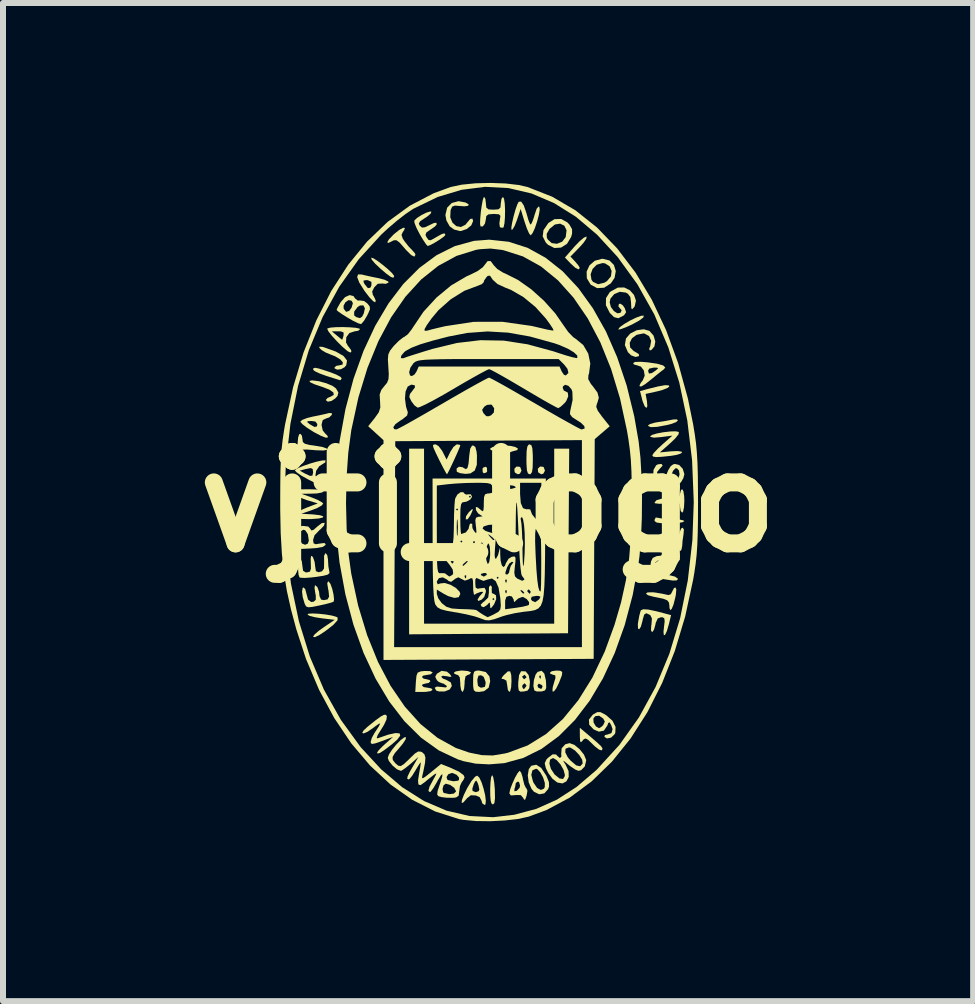
<source format=kicad_pcb>
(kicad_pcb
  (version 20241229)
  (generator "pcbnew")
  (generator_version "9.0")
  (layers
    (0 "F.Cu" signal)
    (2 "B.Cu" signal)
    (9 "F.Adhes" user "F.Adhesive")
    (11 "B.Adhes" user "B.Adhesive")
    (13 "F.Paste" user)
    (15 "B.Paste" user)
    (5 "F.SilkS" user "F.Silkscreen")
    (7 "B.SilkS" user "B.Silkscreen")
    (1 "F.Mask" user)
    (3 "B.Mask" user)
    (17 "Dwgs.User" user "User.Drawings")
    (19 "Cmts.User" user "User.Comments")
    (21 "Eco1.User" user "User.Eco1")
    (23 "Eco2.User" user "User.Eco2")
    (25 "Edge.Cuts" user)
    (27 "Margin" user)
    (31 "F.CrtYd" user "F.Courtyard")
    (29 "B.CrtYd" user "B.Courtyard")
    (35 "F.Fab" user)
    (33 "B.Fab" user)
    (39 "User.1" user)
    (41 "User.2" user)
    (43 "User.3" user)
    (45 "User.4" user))
  (footprint "vjti_logo"
    (layer "F.Cu")
    (at 5.087 5.32)
    (property "Reference" "vjti_logo" (at 0 0 0) (layer "F.SilkS") (effects (font (size 1.524 1.524) (thickness 0.3))))
    (attr board_only exclude_from_pos_files exclude_from_bom)
    (fp_poly (pts (xy -0.018 -0.569) (xy -0.015 -0.51) (xy -0.028 -0.492) (xy -0.071 -0.479) (xy -0.089 -0.498) (xy -0.092 -0.557) (xy -0.079 -0.575) (xy -0.036 -0.588)) (stroke (width 0) (type solid)) (fill yes) (layer "F.SilkS"))
    (fp_poly (pts (xy -0.252 0.124) (xy -0.277 0.186) (xy -0.299 0.23) (xy -0.34 0.287) (xy -0.371 0.289) (xy -0.372 0.288) (xy -0.367 0.238) (xy -0.322 0.172) (xy -0.267 0.119)) (stroke (width 0) (type solid)) (fill yes) (layer "F.SilkS"))
    (fp_poly (pts (xy 0.528 -0.587) (xy 0.538 -0.579) (xy 0.558 -0.523) (xy 0.532 -0.474) (xy 0.498 -0.462) (xy 0.452 -0.488) (xy 0.443 -0.501) (xy 0.439 -0.555) (xy 0.476 -0.592)) (stroke (width 0) (type solid)) (fill yes) (layer "F.SilkS"))
    (fp_poly (pts (xy 0.919 -0.587) (xy 0.929 -0.579) (xy 0.949 -0.523) (xy 0.923 -0.474) (xy 0.889 -0.462) (xy 0.844 -0.488) (xy 0.834 -0.501) (xy 0.83 -0.555) (xy 0.868 -0.592)) (stroke (width 0) (type solid)) (fill yes) (layer "F.SilkS"))
    (fp_poly (pts (xy -1.067 2.028) (xy 1.103 2.028) (xy 1.103 -0.889) (xy 1.353 -0.889) (xy 1.343 0.649) (xy 1.334 2.188) (xy 0.009 2.197) (xy -1.316 2.206) (xy -1.316 -0.889) (xy -1.067 -0.889)) (stroke (width 0) (type solid)) (fill yes) (layer "F.SilkS"))
    (fp_poly (pts (xy -1.914 -4.065) (xy -1.844 -4.021) (xy -1.757 -3.955) (xy -1.67 -3.883) (xy -1.601 -3.817) (xy -1.566 -3.771) (xy -1.565 -3.765) (xy -1.578 -3.739) (xy -1.619 -3.752) (xy -1.698 -3.809) (xy -1.796 -3.893) (xy -1.883 -3.975) (xy -1.938 -4.04) (xy -1.95 -4.074)) (stroke (width 0) (type solid)) (fill yes) (layer "F.SilkS"))
    (fp_poly (pts (xy 0.086 4.586) (xy 0.102 4.671) (xy 0.113 4.788) (xy 0.116 4.937) (xy 0.106 5.02) (xy 0.082 5.043) (xy 0.058 5.027) (xy 0.044 4.98) (xy 0.037 4.891) (xy 0.036 4.781) (xy 0.041 4.674) (xy 0.051 4.59) (xy 0.067 4.554) (xy 0.068 4.554)) (stroke (width 0) (type solid)) (fill yes) (layer "F.SilkS"))
    (fp_poly (pts (xy 2.599 -3.107) (xy 2.587 -3.075) (xy 2.518 -3.024) (xy 2.401 -2.96) (xy 2.289 -2.91) (xy 2.207 -2.88) (xy 2.171 -2.877) (xy 2.17 -2.879) (xy 2.199 -2.917) (xy 2.272 -2.969) (xy 2.369 -3.026) (xy 2.469 -3.074) (xy 2.553 -3.105) (xy 2.599 -3.107)) (stroke (width 0) (type solid)) (fill yes) (layer "F.SilkS"))
    (fp_poly (pts (xy 3.166 -1.359) (xy 3.134 -1.331) (xy 3.053 -1.301) (xy 2.986 -1.284) (xy 2.818 -1.253) (xy 2.714 -1.248) (xy 2.67 -1.268) (xy 2.668 -1.277) (xy 2.7 -1.3) (xy 2.781 -1.323) (xy 2.837 -1.333) (xy 2.957 -1.351) (xy 3.058 -1.37) (xy 3.086 -1.376) (xy 3.147 -1.378)) (stroke (width 0) (type solid)) (fill yes) (layer "F.SilkS"))
    (fp_poly (pts (xy -2.819 -2.225) (xy -2.709 -2.19) (xy -2.639 -2.167) (xy -2.531 -2.125) (xy -2.459 -2.086) (xy -2.439 -2.06) (xy -2.463 -2.03) (xy -2.466 -2.03) (xy -2.5 -2.041) (xy -2.584 -2.067) (xy -2.695 -2.102) (xy -2.808 -2.143) (xy -2.888 -2.181) (xy -2.917 -2.207) (xy -2.911 -2.231) (xy -2.882 -2.238)) (stroke (width 0) (type solid)) (fill yes) (layer "F.SilkS"))
    (fp_poly (pts (xy 0.369 2.824) (xy 0.387 2.886) (xy 0.391 2.988) (xy 0.385 3.09) (xy 0.369 3.154) (xy 0.356 3.166) (xy 0.331 3.135) (xy 0.32 3.061) (xy 0.32 3.059) (xy 0.306 2.978) (xy 0.262 2.953) (xy 0.261 2.953) (xy 0.224 2.947) (xy 0.236 2.918) (xy 0.267 2.882) (xy 0.33 2.824)) (stroke (width 0) (type solid)) (fill yes) (layer "F.SilkS"))
    (fp_poly (pts (xy 0.723 -0.946) (xy 0.739 -0.893) (xy 0.746 -0.789) (xy 0.747 -0.711) (xy 0.744 -0.576) (xy 0.733 -0.499) (xy 0.71 -0.466) (xy 0.694 -0.462) (xy 0.665 -0.477) (xy 0.648 -0.53) (xy 0.641 -0.634) (xy 0.64 -0.711) (xy 0.643 -0.847) (xy 0.655 -0.924) (xy 0.677 -0.957) (xy 0.694 -0.961)) (stroke (width 0) (type solid)) (fill yes) (layer "F.SilkS"))
    (fp_poly (pts (xy 2.831 0.263) (xy 2.897 0.275) (xy 3.005 0.283) (xy 3.08 0.285) (xy 3.186 0.291) (xy 3.256 0.306) (xy 3.273 0.32) (xy 3.24 0.338) (xy 3.152 0.351) (xy 3.024 0.356) (xy 3.024 0.356) (xy 2.89 0.353) (xy 2.814 0.343) (xy 2.78 0.321) (xy 2.775 0.299) (xy 2.796 0.258)) (stroke (width 0) (type solid)) (fill yes) (layer "F.SilkS"))
    (fp_poly (pts (xy 3.012 -1.945) (xy 3.024 -1.928) (xy 2.992 -1.901) (xy 2.91 -1.869) (xy 2.825 -1.846) (xy 2.627 -1.802) (xy 2.649 -1.683) (xy 2.656 -1.596) (xy 2.64 -1.568) (xy 2.611 -1.597) (xy 2.577 -1.681) (xy 2.57 -1.707) (xy 2.534 -1.849) (xy 2.665 -1.885) (xy 2.839 -1.928) (xy 2.952 -1.948)) (stroke (width 0) (type solid)) (fill yes) (layer "F.SilkS"))
    (fp_poly (pts (xy 1.643 -4.425) (xy 1.639 -4.391) (xy 1.593 -4.323) (xy 1.526 -4.248) (xy 1.374 -4.092) (xy 1.452 -4.009) (xy 1.506 -3.945) (xy 1.53 -3.903) (xy 1.53 -3.902) (xy 1.509 -3.878) (xy 1.454 -3.906) (xy 1.377 -3.977) (xy 1.282 -4.076) (xy 1.444 -4.262) (xy 1.53 -4.351) (xy 1.6 -4.409) (xy 1.642 -4.426)) (stroke (width 0) (type solid)) (fill yes) (layer "F.SilkS"))
    (fp_poly (pts (xy 1.707 3.913) (xy 1.82 4.01) (xy 1.885 4.072) (xy 1.909 4.111) (xy 1.9 4.134) (xy 1.892 4.141) (xy 1.851 4.128) (xy 1.783 4.076) (xy 1.743 4.037) (xy 1.67 3.966) (xy 1.626 3.942) (xy 1.594 3.957) (xy 1.578 3.977) (xy 1.549 4.007) (xy 1.535 3.988) (xy 1.531 3.908) (xy 1.531 3.901) (xy 1.53 3.764)) (stroke (width 0) (type solid)) (fill yes) (layer "F.SilkS"))
    (fp_poly (pts (xy 1.207 2.814) (xy 1.237 2.834) (xy 1.232 2.887) (xy 1.194 2.986) (xy 1.183 3.014) (xy 1.137 3.108) (xy 1.098 3.158) (xy 1.075 3.159) (xy 1.076 3.105) (xy 1.081 3.08) (xy 1.107 2.989) (xy 1.124 2.938) (xy 1.121 2.89) (xy 1.089 2.882) (xy 1.039 2.863) (xy 1.032 2.846) (xy 1.063 2.821) (xy 1.137 2.81) (xy 1.138 2.81)) (stroke (width 0) (type solid)) (fill yes) (layer "F.SilkS"))
    (fp_poly (pts (xy -2.82 -2.014) (xy -2.697 -1.98) (xy -2.592 -1.936) (xy -2.535 -1.894) (xy -2.495 -1.824) (xy -2.51 -1.768) (xy -2.546 -1.728) (xy -2.61 -1.685) (xy -2.671 -1.673) (xy -2.703 -1.697) (xy -2.704 -1.703) (xy -2.674 -1.736) (xy -2.629 -1.754) (xy -2.572 -1.786) (xy -2.579 -1.827) (xy -2.646 -1.874) (xy -2.766 -1.92) (xy -2.891 -1.962) (xy -2.964 -1.996) (xy -2.979 -2.019) (xy -2.932 -2.028)) (stroke (width 0) (type solid)) (fill yes) (layer "F.SilkS"))
    (fp_poly (pts (xy -2.758 -2.586) (xy -2.735 -2.579) (xy -2.537 -2.508) (xy -2.409 -2.434) (xy -2.351 -2.359) (xy -2.364 -2.282) (xy -2.391 -2.248) (xy -2.45 -2.215) (xy -2.516 -2.207) (xy -2.558 -2.228) (xy -2.561 -2.241) (xy -2.531 -2.27) (xy -2.488 -2.277) (xy -2.426 -2.291) (xy -2.421 -2.329) (xy -2.463 -2.377) (xy -2.547 -2.428) (xy -2.613 -2.454) (xy -2.705 -2.492) (xy -2.775 -2.534) (xy -2.813 -2.57) (xy -2.811 -2.59)) (stroke (width 0) (type solid)) (fill yes) (layer "F.SilkS"))
    (fp_poly (pts (xy -0.338 2.818) (xy -0.288 2.838) (xy -0.285 2.846) (xy -0.313 2.877) (xy -0.338 2.882) (xy -0.375 2.905) (xy -0.39 2.983) (xy -0.391 3.024) (xy -0.399 3.113) (xy -0.419 3.162) (xy -0.427 3.166) (xy -0.449 3.135) (xy -0.462 3.056) (xy -0.462 3.024) (xy -0.471 2.925) (xy -0.5 2.884) (xy -0.516 2.882) (xy -0.563 2.862) (xy -0.569 2.846) (xy -0.538 2.824) (xy -0.459 2.811) (xy -0.427 2.81)) (stroke (width 0) (type solid)) (fill yes) (layer "F.SilkS"))
    (fp_poly (pts (xy -0.212 -0.918) (xy -0.191 -0.839) (xy -0.185 -0.775) (xy -0.187 -0.62) (xy -0.222 -0.524) (xy -0.294 -0.477) (xy -0.376 -0.469) (xy -0.465 -0.481) (xy -0.518 -0.503) (xy -0.521 -0.507) (xy -0.525 -0.558) (xy -0.485 -0.588) (xy -0.427 -0.581) (xy -0.411 -0.571) (xy -0.37 -0.548) (xy -0.343 -0.568) (xy -0.325 -0.641) (xy -0.313 -0.775) (xy -0.312 -0.783) (xy -0.297 -0.891) (xy -0.267 -0.939) (xy -0.249 -0.943)) (stroke (width 0) (type solid)) (fill yes) (layer "F.SilkS"))
    (fp_poly (pts (xy -2.824 1.863) (xy -2.712 1.875) (xy -2.609 1.892) (xy -2.533 1.913) (xy -2.508 1.926) (xy -2.509 1.971) (xy -2.574 2.043) (xy -2.597 2.063) (xy -2.718 2.156) (xy -2.819 2.222) (xy -2.889 2.254) (xy -2.917 2.246) (xy -2.917 2.244) (xy -2.89 2.206) (xy -2.819 2.145) (xy -2.736 2.086) (xy -2.556 1.964) (xy -2.772 1.939) (xy -2.89 1.92) (xy -2.977 1.897) (xy -3.011 1.877) (xy -2.993 1.862) (xy -2.924 1.858)) (stroke (width 0) (type solid)) (fill yes) (layer "F.SilkS"))
    (fp_poly (pts (xy 0.38 -0.935) (xy 0.46 -0.915) (xy 0.499 -0.89) (xy 0.486 -0.865) (xy 0.42 -0.848) (xy 0.371 -0.832) (xy 0.344 -0.791) (xy 0.331 -0.705) (xy 0.327 -0.649) (xy 0.313 -0.528) (xy 0.287 -0.47) (xy 0.267 -0.462) (xy 0.233 -0.49) (xy 0.213 -0.577) (xy 0.206 -0.649) (xy 0.196 -0.76) (xy 0.176 -0.818) (xy 0.138 -0.843) (xy 0.114 -0.848) (xy 0.044 -0.867) (xy 0.036 -0.892) (xy 0.078 -0.917) (xy 0.162 -0.936) (xy 0.267 -0.943)) (stroke (width 0) (type solid)) (fill yes) (layer "F.SilkS"))
    (fp_poly (pts (xy 3.266 0.458) (xy 3.259 0.538) (xy 3.243 0.647) (xy 3.237 0.734) (xy 3.224 0.798) (xy 3.202 0.818) (xy 3.173 0.788) (xy 3.166 0.749) (xy 3.155 0.708) (xy 3.112 0.682) (xy 3.022 0.664) (xy 2.953 0.655) (xy 2.816 0.633) (xy 2.75 0.608) (xy 2.753 0.586) (xy 2.826 0.573) (xy 2.962 0.574) (xy 3.083 0.579) (xy 3.151 0.573) (xy 3.183 0.552) (xy 3.195 0.509) (xy 3.195 0.507) (xy 3.218 0.444) (xy 3.244 0.427)) (stroke (width 0) (type solid)) (fill yes) (layer "F.SilkS"))
    (fp_poly (pts (xy 3.139 1.455) (xy 3.131 1.549) (xy 3.122 1.592) (xy 3.093 1.708) (xy 3.063 1.781) (xy 3.039 1.803) (xy 3.025 1.767) (xy 3.024 1.735) (xy 3.017 1.678) (xy 2.989 1.64) (xy 2.922 1.613) (xy 2.804 1.588) (xy 2.766 1.581) (xy 2.666 1.554) (xy 2.632 1.526) (xy 2.661 1.507) (xy 2.748 1.505) (xy 2.797 1.511) (xy 2.905 1.529) (xy 2.987 1.547) (xy 3.006 1.552) (xy 3.048 1.537) (xy 3.069 1.496) (xy 3.099 1.437) (xy 3.123 1.423)) (stroke (width 0) (type solid)) (fill yes) (layer "F.SilkS"))
    (fp_poly (pts (xy 3.257 -0.181) (xy 3.27 -0.098) (xy 3.273 -0.018) (xy 3.267 0.089) (xy 3.252 0.16) (xy 3.237 0.178) (xy 3.211 0.147) (xy 3.202 0.087) (xy 3.199 0.037) (xy 3.178 0.013) (xy 3.124 0.008) (xy 3.019 0.017) (xy 2.988 0.021) (xy 2.858 0.03) (xy 2.787 0.022) (xy 2.775 0.009) (xy 2.808 -0.03) (xy 2.899 -0.057) (xy 3.034 -0.07) (xy 3.068 -0.071) (xy 3.158 -0.078) (xy 3.196 -0.105) (xy 3.202 -0.142) (xy 3.217 -0.2) (xy 3.237 -0.213)) (stroke (width 0) (type solid)) (fill yes) (layer "F.SilkS"))
    (fp_poly (pts (xy -1.386 -4.57) (xy -1.399 -4.532) (xy -1.421 -4.502) (xy -1.443 -4.453) (xy -1.422 -4.392) (xy -1.392 -4.347) (xy -1.326 -4.263) (xy -1.267 -4.201) (xy -1.265 -4.199) (xy -1.219 -4.147) (xy -1.21 -4.122) (xy -1.228 -4.091) (xy -1.281 -4.117) (xy -1.364 -4.199) (xy -1.401 -4.242) (xy -1.477 -4.328) (xy -1.528 -4.365) (xy -1.571 -4.364) (xy -1.596 -4.351) (xy -1.662 -4.319) (xy -1.68 -4.331) (xy -1.653 -4.378) (xy -1.582 -4.453) (xy -1.561 -4.472) (xy -1.478 -4.538) (xy -1.416 -4.572)) (stroke (width 0) (type solid)) (fill yes) (layer "F.SilkS"))
    (fp_poly (pts (xy -3.104 -1.108) (xy -3.095 -1.052) (xy -3.088 -1.001) (xy -3.055 -0.972) (xy -2.98 -0.952) (xy -2.899 -0.941) (xy -2.76 -0.917) (xy -2.688 -0.892) (xy -2.683 -0.87) (xy -2.744 -0.859) (xy -2.873 -0.863) (xy -2.894 -0.865) (xy -3.02 -0.875) (xy -3.091 -0.873) (xy -3.123 -0.857) (xy -3.13 -0.823) (xy -3.131 -0.817) (xy -3.148 -0.76) (xy -3.171 -0.747) (xy -3.195 -0.779) (xy -3.19 -0.875) (xy -3.189 -0.88) (xy -3.174 -0.986) (xy -3.167 -1.068) (xy -3.166 -1.076) (xy -3.149 -1.129) (xy -3.131 -1.138)) (stroke (width 0) (type solid)) (fill yes) (layer "F.SilkS"))
    (fp_poly (pts (xy -0.824 -0.931) (xy -0.769 -0.859) (xy -0.755 -0.834) (xy -0.691 -0.708) (xy -0.63 -0.834) (xy -0.579 -0.915) (xy -0.528 -0.958) (xy -0.516 -0.961) (xy -0.469 -0.953) (xy -0.462 -0.946) (xy -0.476 -0.906) (xy -0.51 -0.825) (xy -0.557 -0.721) (xy -0.607 -0.614) (xy -0.65 -0.524) (xy -0.679 -0.47) (xy -0.685 -0.462) (xy -0.705 -0.492) (xy -0.747 -0.569) (xy -0.803 -0.679) (xy -0.811 -0.694) (xy -0.874 -0.824) (xy -0.909 -0.903) (xy -0.919 -0.943) (xy -0.906 -0.958) (xy -0.873 -0.961) (xy -0.872 -0.961)) (stroke (width 0) (type solid)) (fill yes) (layer "F.SilkS"))
    (fp_poly (pts (xy -0.969 2.819) (xy -0.926 2.838) (xy -0.925 2.844) (xy -0.955 2.872) (xy -1.014 2.882) (xy -1.081 2.894) (xy -1.103 2.917) (xy -1.073 2.946) (xy -1.032 2.953) (xy -0.974 2.968) (xy -0.961 2.988) (xy -0.99 3.017) (xy -1.032 3.024) (xy -1.089 3.039) (xy -1.103 3.059) (xy -1.072 3.086) (xy -1.014 3.095) (xy -0.947 3.107) (xy -0.925 3.131) (xy -0.957 3.153) (xy -1.036 3.165) (xy -1.069 3.166) (xy -1.213 3.166) (xy -1.203 2.997) (xy -1.193 2.895) (xy -1.172 2.844) (xy -1.122 2.824) (xy -1.058 2.817)) (stroke (width 0) (type solid)) (fill yes) (layer "F.SilkS"))
    (fp_poly (pts (xy -0.037 2.835) (xy 0.023 2.908) (xy 0.036 2.988) (xy 0.01 3.096) (xy -0.066 3.154) (xy -0.149 3.166) (xy -0.208 3.162) (xy -0.238 3.136) (xy -0.248 3.07) (xy -0.249 2.988) (xy -0.249 2.986) (xy -0.178 2.986) (xy -0.168 3.065) (xy -0.128 3.093) (xy -0.104 3.095) (xy -0.052 3.081) (xy -0.04 3.026) (xy -0.042 2.997) (xy -0.072 2.916) (xy -0.116 2.888) (xy -0.16 2.896) (xy -0.177 2.953) (xy -0.178 2.986) (xy -0.249 2.986) (xy -0.246 2.883) (xy -0.232 2.83) (xy -0.195 2.812) (xy -0.149 2.81)) (stroke (width 0) (type solid)) (fill yes) (layer "F.SilkS"))
    (fp_poly (pts (xy -0.686 2.828) (xy -0.636 2.87) (xy -0.609 2.91) (xy -0.632 2.916) (xy -0.685 2.905) (xy -0.755 2.897) (xy -0.783 2.913) (xy -0.752 2.944) (xy -0.691 2.968) (xy -0.62 3.009) (xy -0.604 3.068) (xy -0.639 3.125) (xy -0.721 3.158) (xy -0.731 3.159) (xy -0.815 3.159) (xy -0.864 3.144) (xy -0.89 3.097) (xy -0.854 3.077) (xy -0.777 3.084) (xy -0.702 3.092) (xy -0.686 3.074) (xy -0.69 3.065) (xy -0.745 3.026) (xy -0.763 3.024) (xy -0.823 2.999) (xy -0.854 2.97) (xy -0.88 2.914) (xy -0.854 2.864) (xy -0.775 2.815)) (stroke (width 0) (type solid)) (fill yes) (layer "F.SilkS"))
    (fp_poly (pts (xy -0.376 -4.994) (xy -0.323 -4.963) (xy -0.331 -4.939) (xy -0.393 -4.93) (xy -0.461 -4.935) (xy -0.552 -4.942) (xy -0.598 -4.925) (xy -0.622 -4.871) (xy -0.625 -4.858) (xy -0.63 -4.746) (xy -0.593 -4.657) (xy -0.529 -4.6) (xy -0.452 -4.585) (xy -0.377 -4.623) (xy -0.347 -4.66) (xy -0.296 -4.72) (xy -0.26 -4.724) (xy -0.249 -4.684) (xy -0.28 -4.612) (xy -0.356 -4.551) (xy -0.452 -4.519) (xy -0.473 -4.518) (xy -0.566 -4.543) (xy -0.639 -4.596) (xy -0.694 -4.694) (xy -0.711 -4.786) (xy -0.682 -4.907) (xy -0.604 -4.986) (xy -0.491 -5.016)) (stroke (width 0) (type solid)) (fill yes) (layer "F.SilkS"))
    (fp_poly (pts (xy 2.689 -2.854) (xy 2.759 -2.776) (xy 2.789 -2.677) (xy 2.775 -2.597) (xy 2.731 -2.541) (xy 2.701 -2.526) (xy 2.685 -2.551) (xy 2.704 -2.597) (xy 2.72 -2.688) (xy 2.684 -2.767) (xy 2.608 -2.809) (xy 2.586 -2.81) (xy 2.478 -2.788) (xy 2.4 -2.73) (xy 2.362 -2.655) (xy 2.369 -2.578) (xy 2.43 -2.516) (xy 2.446 -2.508) (xy 2.513 -2.467) (xy 2.518 -2.433) (xy 2.46 -2.419) (xy 2.457 -2.419) (xy 2.385 -2.446) (xy 2.332 -2.498) (xy 2.281 -2.617) (xy 2.3 -2.727) (xy 2.37 -2.808) (xy 2.479 -2.864) (xy 2.596 -2.88)) (stroke (width 0) (type solid)) (fill yes) (layer "F.SilkS"))
    (fp_poly (pts (xy 0.064 1.416) (xy 0.061 1.459) (xy 0.064 1.518) (xy 0.092 1.53) (xy 0.133 1.556) (xy 0.136 1.621) (xy 0.102 1.703) (xy 0.088 1.723) (xy 0.049 1.771) (xy 0.036 1.762) (xy 0.034 1.723) (xy 0.029 1.676) (xy 0.005 1.692) (xy -0.012 1.714) (xy -0.07 1.753) (xy -0.105 1.744) (xy -0.124 1.714) (xy -0.085 1.673) (xy -0.063 1.657) (xy -0.024 1.619) (xy 0.071 1.619) (xy 0.089 1.636) (xy 0.107 1.619) (xy 0.089 1.601) (xy 0.071 1.619) (xy -0.024 1.619) (xy 0.003 1.592) (xy 0.015 1.502) (xy 0.014 1.493) (xy 0.016 1.417) (xy 0.04 1.387)) (stroke (width 0) (type solid)) (fill yes) (layer "F.SilkS"))
    (fp_poly (pts (xy 0.886 4.433) (xy 0.968 4.557) (xy 0.974 4.568) (xy 1.015 4.669) (xy 1.017 4.744) (xy 1.001 4.788) (xy 0.938 4.858) (xy 0.853 4.873) (xy 0.766 4.831) (xy 0.725 4.783) (xy 0.678 4.674) (xy 0.662 4.556) (xy 0.664 4.548) (xy 0.721 4.548) (xy 0.748 4.655) (xy 0.759 4.681) (xy 0.818 4.767) (xy 0.88 4.801) (xy 0.931 4.78) (xy 0.946 4.753) (xy 0.947 4.684) (xy 0.918 4.593) (xy 0.872 4.508) (xy 0.822 4.454) (xy 0.801 4.447) (xy 0.74 4.474) (xy 0.721 4.548) (xy 0.664 4.548) (xy 0.679 4.455) (xy 0.72 4.398) (xy 0.804 4.38)) (stroke (width 0) (type solid)) (fill yes) (layer "F.SilkS"))
    (fp_poly (pts (xy 2.025 -4.027) (xy 2.099 -3.952) (xy 2.13 -3.85) (xy 2.11 -3.738) (xy 2.047 -3.645) (xy 1.936 -3.573) (xy 1.819 -3.566) (xy 1.713 -3.623) (xy 1.708 -3.629) (xy 1.647 -3.731) (xy 1.645 -3.795) (xy 1.71 -3.795) (xy 1.725 -3.705) (xy 1.75 -3.671) (xy 1.835 -3.631) (xy 1.941 -3.657) (xy 1.984 -3.684) (xy 2.049 -3.762) (xy 2.061 -3.852) (xy 2.026 -3.931) (xy 1.951 -3.979) (xy 1.908 -3.984) (xy 1.812 -3.956) (xy 1.743 -3.886) (xy 1.71 -3.795) (xy 1.645 -3.795) (xy 1.644 -3.842) (xy 1.691 -3.945) (xy 1.779 -4.022) (xy 1.899 -4.055) (xy 1.912 -4.055)) (stroke (width 0) (type solid)) (fill yes) (layer "F.SilkS"))
    (fp_poly (pts (xy 3.181 -1.168) (xy 3.182 -1.167) (xy 3.176 -1.129) (xy 3.121 -1.06) (xy 3.04 -0.982) (xy 2.864 -0.827) (xy 3.05 -0.845) (xy 3.163 -0.85) (xy 3.227 -0.839) (xy 3.237 -0.828) (xy 3.205 -0.804) (xy 3.123 -0.782) (xy 3.05 -0.77) (xy 2.898 -0.754) (xy 2.803 -0.749) (xy 2.754 -0.757) (xy 2.739 -0.777) (xy 2.739 -0.78) (xy 2.764 -0.818) (xy 2.829 -0.887) (xy 2.907 -0.96) (xy 3.074 -1.107) (xy 2.889 -1.083) (xy 2.768 -1.073) (xy 2.709 -1.085) (xy 2.704 -1.095) (xy 2.735 -1.119) (xy 2.816 -1.143) (xy 2.923 -1.163) (xy 3.035 -1.176) (xy 3.128 -1.179)) (stroke (width 0) (type solid)) (fill yes) (layer "F.SilkS"))
    (fp_poly (pts (xy 3.017 0.895) (xy 3.117 0.911) (xy 3.185 0.939) (xy 3.202 0.966) (xy 3.17 0.981) (xy 3.085 0.981) (xy 3.018 0.974) (xy 2.904 0.964) (xy 2.836 0.973) (xy 2.794 1.006) (xy 2.788 1.013) (xy 2.762 1.096) (xy 2.795 1.167) (xy 2.874 1.207) (xy 2.909 1.21) (xy 3.026 1.22) (xy 3.118 1.244) (xy 3.164 1.277) (xy 3.166 1.285) (xy 3.146 1.307) (xy 3.079 1.309) (xy 2.956 1.291) (xy 2.916 1.283) (xy 2.819 1.26) (xy 2.751 1.234) (xy 2.747 1.232) (xy 2.715 1.177) (xy 2.705 1.087) (xy 2.716 0.994) (xy 2.746 0.932) (xy 2.809 0.903) (xy 2.907 0.891)) (stroke (width 0) (type solid)) (fill yes) (layer "F.SilkS"))
    (fp_poly (pts (xy 0.938 2.86) (xy 0.964 2.972) (xy 0.967 3.006) (xy 0.97 3.098) (xy 0.951 3.141) (xy 0.898 3.158) (xy 0.884 3.159) (xy 0.808 3.158) (xy 0.772 3.141) (xy 0.756 3.067) (xy 0.757 3.058) (xy 0.823 3.058) (xy 0.835 3.093) (xy 0.879 3.115) (xy 0.895 3.109) (xy 0.91 3.072) (xy 0.893 3.049) (xy 0.845 3.028) (xy 0.823 3.058) (xy 0.757 3.058) (xy 0.765 2.968) (xy 0.781 2.917) (xy 0.854 2.917) (xy 0.867 2.946) (xy 0.877 2.941) (xy 0.882 2.899) (xy 0.877 2.893) (xy 0.856 2.898) (xy 0.854 2.917) (xy 0.781 2.917) (xy 0.793 2.877) (xy 0.827 2.832) (xy 0.893 2.814)) (stroke (width 0) (type solid)) (fill yes) (layer "F.SilkS"))
    (fp_poly (pts (xy 1.324 -4.661) (xy 1.358 -4.624) (xy 1.401 -4.548) (xy 1.401 -4.473) (xy 1.385 -4.418) (xy 1.316 -4.304) (xy 1.217 -4.242) (xy 1.106 -4.235) (xy 1 -4.288) (xy 0.962 -4.328) (xy 0.911 -4.429) (xy 0.917 -4.472) (xy 0.978 -4.472) (xy 0.98 -4.41) (xy 0.995 -4.378) (xy 1.061 -4.317) (xy 1.149 -4.305) (xy 1.236 -4.34) (xy 1.295 -4.417) (xy 1.296 -4.422) (xy 1.309 -4.531) (xy 1.272 -4.607) (xy 1.202 -4.641) (xy 1.115 -4.627) (xy 1.029 -4.557) (xy 1.023 -4.549) (xy 0.978 -4.472) (xy 0.917 -4.472) (xy 0.924 -4.532) (xy 1.002 -4.646) (xy 1.008 -4.653) (xy 1.108 -4.716) (xy 1.22 -4.719)) (stroke (width 0) (type solid)) (fill yes) (layer "F.SilkS"))
    (fp_poly (pts (xy 2.659 -2.329) (xy 2.82 -2.306) (xy 2.92 -2.277) (xy 2.955 -2.243) (xy 2.932 -2.213) (xy 2.885 -2.178) (xy 2.804 -2.113) (xy 2.733 -2.054) (xy 2.624 -1.968) (xy 2.559 -1.928) (xy 2.53 -1.928) (xy 2.526 -1.945) (xy 2.547 -1.987) (xy 2.58 -2.029) (xy 2.612 -2.106) (xy 2.599 -2.188) (xy 2.668 -2.188) (xy 2.683 -2.142) (xy 2.732 -2.15) (xy 2.79 -2.189) (xy 2.835 -2.227) (xy 2.82 -2.24) (xy 2.764 -2.241) (xy 2.687 -2.224) (xy 2.668 -2.188) (xy 2.599 -2.188) (xy 2.599 -2.191) (xy 2.55 -2.257) (xy 2.491 -2.277) (xy 2.433 -2.293) (xy 2.419 -2.315) (xy 2.45 -2.335) (xy 2.545 -2.338)) (stroke (width 0) (type solid)) (fill yes) (layer "F.SilkS"))
    (fp_poly (pts (xy 0.595 -4.947) (xy 0.638 -4.823) (xy 0.644 -4.802) (xy 0.673 -4.702) (xy 0.699 -4.638) (xy 0.711 -4.625) (xy 0.732 -4.656) (xy 0.761 -4.735) (xy 0.777 -4.79) (xy 0.811 -4.891) (xy 0.843 -4.927) (xy 0.855 -4.922) (xy 0.862 -4.875) (xy 0.847 -4.786) (xy 0.818 -4.677) (xy 0.782 -4.569) (xy 0.744 -4.486) (xy 0.713 -4.447) (xy 0.71 -4.447) (xy 0.684 -4.478) (xy 0.648 -4.56) (xy 0.611 -4.667) (xy 0.544 -4.886) (xy 0.482 -4.702) (xy 0.444 -4.604) (xy 0.409 -4.545) (xy 0.392 -4.536) (xy 0.388 -4.574) (xy 0.402 -4.658) (xy 0.427 -4.765) (xy 0.457 -4.874) (xy 0.488 -4.962) (xy 0.511 -5.006) (xy 0.552 -5.009)) (stroke (width 0) (type solid)) (fill yes) (layer "F.SilkS"))
    (fp_poly (pts (xy -2.105 -3.793) (xy -2.039 -3.777) (xy -1.93 -3.753) (xy -1.84 -3.735) (xy -1.729 -3.707) (xy -1.666 -3.678) (xy -1.658 -3.659) (xy -1.705 -3.638) (xy -1.761 -3.643) (xy -1.838 -3.639) (xy -1.897 -3.58) (xy -1.932 -3.51) (xy -1.921 -3.455) (xy -1.901 -3.422) (xy -1.873 -3.361) (xy -1.88 -3.329) (xy -1.914 -3.347) (xy -1.975 -3.41) (xy -2.05 -3.507) (xy -2.061 -3.522) (xy -2.147 -3.659) (xy -2.159 -3.691) (xy -2.078 -3.691) (xy -2.07 -3.653) (xy -2.055 -3.629) (xy -2.003 -3.566) (xy -1.964 -3.572) (xy -1.945 -3.607) (xy -1.944 -3.67) (xy -2.003 -3.698) (xy -2.034 -3.7) (xy -2.078 -3.691) (xy -2.159 -3.691) (xy -2.182 -3.75) (xy -2.167 -3.795)) (stroke (width 0) (type solid)) (fill yes) (layer "F.SilkS"))
    (fp_poly (pts (xy -0.144 4.597) (xy -0.107 4.676) (xy -0.074 4.78) (xy -0.048 4.889) (xy -0.037 4.983) (xy -0.043 5.041) (xy -0.057 5.052) (xy -0.098 5.022) (xy -0.107 4.984) (xy -0.139 4.921) (xy -0.203 4.893) (xy -0.287 4.889) (xy -0.351 4.939) (xy -0.36 4.951) (xy -0.415 5.012) (xy -0.44 5.016) (xy -0.436 4.97) (xy -0.403 4.883) (xy -0.352 4.779) (xy -0.262 4.779) (xy -0.258 4.817) (xy -0.206 4.838) (xy -0.157 4.822) (xy -0.145 4.794) (xy -0.159 4.724) (xy -0.173 4.684) (xy -0.195 4.644) (xy -0.217 4.661) (xy -0.239 4.707) (xy -0.262 4.779) (xy -0.352 4.779) (xy -0.348 4.771) (xy -0.277 4.653) (xy -0.216 4.58) (xy -0.18 4.562)) (stroke (width 0) (type solid)) (fill yes) (layer "F.SilkS"))
    (fp_poly (pts (xy -2.604 -1.453) (xy -2.649 -1.41) (xy -2.698 -1.394) (xy -2.756 -1.366) (xy -2.775 -1.294) (xy -2.775 -1.28) (xy -2.756 -1.193) (xy -2.717 -1.145) (xy -2.674 -1.101) (xy -2.672 -1.075) (xy -2.707 -1.073) (xy -2.786 -1.104) (xy -2.895 -1.161) (xy -2.907 -1.168) (xy -3.016 -1.237) (xy -3.095 -1.298) (xy -3.122 -1.329) (xy -3.012 -1.329) (xy -2.973 -1.297) (xy -2.893 -1.251) (xy -2.853 -1.261) (xy -2.846 -1.298) (xy -2.877 -1.341) (xy -2.944 -1.351) (xy -3.01 -1.347) (xy -3.012 -1.329) (xy -3.122 -1.329) (xy -3.129 -1.338) (xy -3.13 -1.34) (xy -3.098 -1.369) (xy -3.016 -1.401) (xy -2.926 -1.423) (xy -2.802 -1.448) (xy -2.699 -1.471) (xy -2.655 -1.483) (xy -2.606 -1.483)) (stroke (width 0) (type solid)) (fill yes) (layer "F.SilkS"))
    (fp_poly (pts (xy -2.307 -2.913) (xy -2.206 -2.905) (xy -2.144 -2.891) (xy -2.134 -2.882) (xy -2.165 -2.855) (xy -2.224 -2.846) (xy -2.312 -2.817) (xy -2.363 -2.748) (xy -2.368 -2.661) (xy -2.336 -2.603) (xy -2.29 -2.544) (xy -2.277 -2.514) (xy -2.292 -2.491) (xy -2.341 -2.514) (xy -2.427 -2.588) (xy -2.519 -2.679) (xy -2.605 -2.773) (xy -2.662 -2.846) (xy -2.605 -2.846) (xy -2.521 -2.776) (xy -2.461 -2.727) (xy -2.432 -2.705) (xy -2.432 -2.705) (xy -2.421 -2.733) (xy -2.409 -2.775) (xy -2.407 -2.825) (xy -2.45 -2.844) (xy -2.497 -2.846) (xy -2.605 -2.846) (xy -2.662 -2.846) (xy -2.663 -2.847) (xy -2.682 -2.889) (xy -2.681 -2.892) (xy -2.634 -2.907) (xy -2.542 -2.915) (xy -2.426 -2.917)) (stroke (width 0) (type solid)) (fill yes) (layer "F.SilkS"))
    (fp_poly (pts (xy 0.553 4.514) (xy 0.577 4.592) (xy 0.582 4.622) (xy 0.605 4.713) (xy 0.632 4.768) (xy 0.64 4.773) (xy 0.657 4.814) (xy 0.644 4.891) (xy 0.621 4.959) (xy 0.602 4.964) (xy 0.586 4.933) (xy 0.546 4.887) (xy 0.471 4.885) (xy 0.457 4.887) (xy 0.38 4.892) (xy 0.356 4.86) (xy 0.356 4.858) (xy 0.363 4.822) (xy 0.438 4.822) (xy 0.476 4.817) (xy 0.525 4.767) (xy 0.534 4.728) (xy 0.518 4.672) (xy 0.498 4.66) (xy 0.463 4.685) (xy 0.462 4.693) (xy 0.451 4.752) (xy 0.441 4.782) (xy 0.438 4.822) (xy 0.363 4.822) (xy 0.369 4.791) (xy 0.404 4.698) (xy 0.448 4.6) (xy 0.492 4.521) (xy 0.525 4.483) (xy 0.528 4.482)) (stroke (width 0) (type solid)) (fill yes) (layer "F.SilkS"))
    (fp_poly (pts (xy 0.627 2.824) (xy 0.677 2.885) (xy 0.698 2.993) (xy 0.697 3.015) (xy 0.688 3.104) (xy 0.658 3.145) (xy 0.597 3.159) (xy 0.539 3.162) (xy 0.511 3.139) (xy 0.504 3.079) (xy 0.569 3.079) (xy 0.586 3.116) (xy 0.605 3.113) (xy 0.639 3.067) (xy 0.64 3.057) (xy 0.613 3.025) (xy 0.605 3.024) (xy 0.574 3.053) (xy 0.569 3.079) (xy 0.504 3.079) (xy 0.503 3.073) (xy 0.504 3.005) (xy 0.514 2.917) (xy 0.569 2.917) (xy 0.596 2.952) (xy 0.605 2.953) (xy 0.639 2.926) (xy 0.64 2.917) (xy 0.613 2.883) (xy 0.605 2.882) (xy 0.57 2.909) (xy 0.569 2.917) (xy 0.514 2.917) (xy 0.517 2.886) (xy 0.549 2.825) (xy 0.556 2.821)) (stroke (width 0) (type solid)) (fill yes) (layer "F.SilkS"))
    (fp_poly (pts (xy -2.862 -0.209) (xy -2.773 -0.196) (xy -2.739 -0.178) (xy -2.739 -0.178) (xy -2.771 -0.158) (xy -2.854 -0.143) (xy -2.926 -0.14) (xy -3.113 -0.137) (xy -2.937 -0.075) (xy -2.835 -0.033) (xy -2.766 0.007) (xy -2.748 0.026) (xy -2.772 0.057) (xy -2.846 0.099) (xy -2.924 0.13) (xy -3.113 0.196) (xy -2.926 0.206) (xy -2.803 0.22) (xy -2.747 0.238) (xy -2.755 0.258) (xy -2.822 0.275) (xy -2.944 0.284) (xy -2.991 0.285) (xy -3.123 0.282) (xy -3.198 0.273) (xy -3.229 0.254) (xy -3.231 0.226) (xy -3.193 0.181) (xy -3.105 0.129) (xy -3.029 0.096) (xy -2.839 0.023) (xy -3.029 -0.034) (xy -3.156 -0.083) (xy -3.223 -0.135) (xy -3.231 -0.152) (xy -3.228 -0.184) (xy -3.196 -0.203) (xy -3.12 -0.211) (xy -2.991 -0.213)) (stroke (width 0) (type solid)) (fill yes) (layer "F.SilkS"))
    (fp_poly (pts (xy -2.71 -0.692) (xy -2.714 -0.66) (xy -2.731 -0.65) (xy -2.814 -0.597) (xy -2.865 -0.522) (xy -2.878 -0.444) (xy -2.847 -0.384) (xy -2.81 -0.366) (xy -2.753 -0.33) (xy -2.739 -0.298) (xy -2.739 -0.271) (xy -2.745 -0.258) (xy -2.772 -0.263) (xy -2.831 -0.291) (xy -2.936 -0.345) (xy -2.998 -0.376) (xy -3.111 -0.439) (xy -3.189 -0.493) (xy -3.217 -0.523) (xy -3.139 -0.523) (xy -3.055 -0.476) (xy -2.97 -0.436) (xy -2.929 -0.439) (xy -2.917 -0.489) (xy -2.917 -0.498) (xy -2.924 -0.55) (xy -2.956 -0.566) (xy -3.033 -0.551) (xy -3.055 -0.546) (xy -3.139 -0.523) (xy -3.217 -0.523) (xy -3.221 -0.528) (xy -3.22 -0.532) (xy -3.177 -0.561) (xy -3.089 -0.599) (xy -2.977 -0.638) (xy -2.864 -0.671) (xy -2.769 -0.692) (xy -2.715 -0.695)) (stroke (width 0) (type solid)) (fill yes) (layer "F.SilkS"))
    (fp_poly (pts (xy 2.671 1.793) (xy 2.809 1.822) (xy 2.92 1.851) (xy 3.052 1.886) (xy 3.015 2.037) (xy 2.981 2.154) (xy 2.951 2.216) (xy 2.931 2.22) (xy 2.925 2.164) (xy 2.933 2.09) (xy 2.945 1.988) (xy 2.938 1.938) (xy 2.908 1.922) (xy 2.885 1.921) (xy 2.83 1.941) (xy 2.797 2.012) (xy 2.79 2.046) (xy 2.767 2.128) (xy 2.738 2.169) (xy 2.734 2.17) (xy 2.717 2.139) (xy 2.721 2.061) (xy 2.725 2.042) (xy 2.732 1.939) (xy 2.704 1.885) (xy 2.699 1.882) (xy 2.639 1.854) (xy 2.604 1.876) (xy 2.58 1.956) (xy 2.577 1.975) (xy 2.549 2.077) (xy 2.52 2.122) (xy 2.5 2.109) (xy 2.498 2.034) (xy 2.504 1.992) (xy 2.523 1.89) (xy 2.543 1.818) (xy 2.549 1.805) (xy 2.587 1.788)) (stroke (width 0) (type solid)) (fill yes) (layer "F.SilkS"))
    (fp_poly (pts (xy 3.186 -0.618) (xy 3.246 -0.554) (xy 3.273 -0.467) (xy 3.273 -0.462) (xy 3.256 -0.397) (xy 3.218 -0.332) (xy 3.175 -0.29) (xy 3.149 -0.29) (xy 3.147 -0.334) (xy 3.169 -0.383) (xy 3.193 -0.457) (xy 3.184 -0.525) (xy 3.149 -0.562) (xy 3.124 -0.561) (xy 3.084 -0.519) (xy 3.055 -0.449) (xy 3.004 -0.324) (xy 2.939 -0.261) (xy 2.866 -0.263) (xy 2.793 -0.332) (xy 2.789 -0.338) (xy 2.754 -0.436) (xy 2.759 -0.536) (xy 2.802 -0.611) (xy 2.831 -0.628) (xy 2.892 -0.635) (xy 2.911 -0.607) (xy 2.874 -0.566) (xy 2.872 -0.565) (xy 2.819 -0.501) (xy 2.82 -0.419) (xy 2.863 -0.356) (xy 2.904 -0.337) (xy 2.936 -0.371) (xy 2.956 -0.414) (xy 3.005 -0.531) (xy 3.044 -0.596) (xy 3.084 -0.626) (xy 3.114 -0.635)) (stroke (width 0) (type solid)) (fill yes) (layer "F.SilkS"))
    (fp_poly (pts (xy -2.656 1.326) (xy -2.627 1.366) (xy -2.598 1.447) (xy -2.576 1.543) (xy -2.567 1.625) (xy -2.574 1.661) (xy -2.617 1.678) (xy -2.708 1.702) (xy -2.811 1.725) (xy -2.93 1.749) (xy -2.998 1.755) (xy -3.034 1.74) (xy -3.054 1.703) (xy -3.058 1.693) (xy -3.09 1.585) (xy -3.101 1.492) (xy -3.091 1.433) (xy -3.077 1.424) (xy -3.048 1.452) (xy -3.03 1.52) (xy -3.001 1.627) (xy -2.948 1.668) (xy -2.905 1.661) (xy -2.872 1.63) (xy -2.872 1.561) (xy -2.881 1.514) (xy -2.893 1.432) (xy -2.886 1.389) (xy -2.882 1.387) (xy -2.845 1.419) (xy -2.818 1.495) (xy -2.81 1.568) (xy -2.784 1.626) (xy -2.741 1.636) (xy -2.676 1.624) (xy -2.65 1.578) (xy -2.659 1.484) (xy -2.667 1.446) (xy -2.681 1.356) (xy -2.668 1.325)) (stroke (width 0) (type solid)) (fill yes) (layer "F.SilkS"))
    (fp_poly (pts (xy 1.873 3.503) (xy 1.946 3.54) (xy 1.973 3.557) (xy 2.074 3.646) (xy 2.126 3.749) (xy 2.122 3.849) (xy 2.109 3.874) (xy 2.05 3.929) (xy 1.982 3.942) (xy 1.94 3.915) (xy 1.949 3.885) (xy 1.987 3.878) (xy 2.058 3.853) (xy 2.076 3.787) (xy 2.053 3.719) (xy 2.024 3.671) (xy 2.004 3.686) (xy 1.988 3.729) (xy 1.931 3.812) (xy 1.848 3.829) (xy 1.761 3.792) (xy 1.687 3.713) (xy 1.682 3.628) (xy 1.695 3.611) (xy 1.756 3.611) (xy 1.76 3.676) (xy 1.798 3.741) (xy 1.85 3.771) (xy 1.85 3.771) (xy 1.892 3.747) (xy 1.921 3.718) (xy 1.947 3.661) (xy 1.921 3.611) (xy 1.852 3.563) (xy 1.787 3.571) (xy 1.756 3.611) (xy 1.695 3.611) (xy 1.745 3.548) (xy 1.76 3.537) (xy 1.821 3.503)) (stroke (width 0) (type solid)) (fill yes) (layer "F.SilkS"))
    (fp_poly (pts (xy 2.364 -3.531) (xy 2.434 -3.452) (xy 2.466 -3.358) (xy 2.446 -3.265) (xy 2.435 -3.249) (xy 2.403 -3.214) (xy 2.389 -3.229) (xy 2.385 -3.304) (xy 2.385 -3.318) (xy 2.373 -3.416) (xy 2.332 -3.472) (xy 2.296 -3.492) (xy 2.197 -3.505) (xy 2.103 -3.466) (xy 2.041 -3.391) (xy 2.028 -3.331) (xy 2.048 -3.252) (xy 2.098 -3.184) (xy 2.157 -3.146) (xy 2.209 -3.155) (xy 2.21 -3.156) (xy 2.228 -3.199) (xy 2.209 -3.218) (xy 2.174 -3.261) (xy 2.181 -3.3) (xy 2.204 -3.308) (xy 2.246 -3.281) (xy 2.28 -3.231) (xy 2.302 -3.165) (xy 2.27 -3.117) (xy 2.257 -3.107) (xy 2.172 -3.064) (xy 2.101 -3.082) (xy 2.03 -3.153) (xy 1.965 -3.281) (xy 1.967 -3.401) (xy 2.032 -3.502) (xy 2.157 -3.572) (xy 2.165 -3.575) (xy 2.27 -3.577)) (stroke (width 0) (type solid)) (fill yes) (layer "F.SilkS"))
    (fp_poly (pts (xy -2.724 0.351) (xy -2.735 0.393) (xy -2.79 0.452) (xy -2.809 0.467) (xy -2.893 0.555) (xy -2.917 0.632) (xy -2.909 0.689) (xy -2.872 0.704) (xy -2.806 0.693) (xy -2.73 0.683) (xy -2.708 0.701) (xy -2.711 0.717) (xy -2.755 0.748) (xy -2.865 0.768) (xy -2.966 0.775) (xy -3.206 0.786) (xy -3.195 0.598) (xy -3.193 0.576) (xy -3.145 0.576) (xy -3.138 0.63) (xy -3.104 0.691) (xy -3.05 0.713) (xy -3.003 0.692) (xy -2.988 0.643) (xy -3.004 0.537) (xy -3.046 0.473) (xy -3.078 0.462) (xy -3.131 0.492) (xy -3.145 0.576) (xy -3.193 0.576) (xy -3.185 0.487) (xy -3.167 0.43) (xy -3.13 0.405) (xy -3.086 0.398) (xy -2.997 0.409) (xy -2.966 0.444) (xy -2.944 0.475) (xy -2.907 0.463) (xy -2.845 0.408) (xy -2.774 0.353) (xy -2.729 0.346)) (stroke (width 0) (type solid)) (fill yes) (layer "F.SilkS"))
    (fp_poly (pts (xy 0.267 -5.055) (xy 0.279 -4.974) (xy 0.284 -4.865) (xy 0.282 -4.749) (xy 0.274 -4.648) (xy 0.26 -4.584) (xy 0.251 -4.573) (xy 0.206 -4.577) (xy 0.197 -4.587) (xy 0.189 -4.645) (xy 0.198 -4.712) (xy 0.207 -4.772) (xy 0.181 -4.797) (xy 0.102 -4.803) (xy 0.093 -4.803) (xy 0.007 -4.796) (xy -0.029 -4.768) (xy -0.036 -4.716) (xy -0.051 -4.643) (xy -0.086 -4.595) (xy -0.124 -4.595) (xy -0.126 -4.597) (xy -0.133 -4.64) (xy -0.13 -4.727) (xy -0.12 -4.838) (xy -0.104 -4.949) (xy -0.087 -5.038) (xy -0.07 -5.085) (xy -0.066 -5.087) (xy -0.045 -5.056) (xy -0.036 -4.982) (xy -0.036 -4.98) (xy -0.029 -4.909) (xy 0.007 -4.879) (xy 0.089 -4.874) (xy 0.173 -4.88) (xy 0.207 -4.91) (xy 0.213 -4.98) (xy 0.224 -5.055) (xy 0.249 -5.087) (xy 0.249 -5.087)) (stroke (width 0) (type solid)) (fill yes) (layer "F.SilkS"))
    (fp_poly (pts (xy -1.702 3.548) (xy -1.687 3.571) (xy -1.694 3.629) (xy -1.737 3.72) (xy -1.782 3.793) (xy -1.84 3.886) (xy -1.857 3.935) (xy -1.842 3.94) (xy -1.665 3.879) (xy -1.542 3.852) (xy -1.474 3.858) (xy -1.464 3.895) (xy -1.515 3.963) (xy -1.602 4.039) (xy -1.725 4.133) (xy -1.803 4.184) (xy -1.842 4.194) (xy -1.85 4.178) (xy -1.825 4.141) (xy -1.763 4.077) (xy -1.716 4.034) (xy -1.583 3.916) (xy -1.77 3.986) (xy -1.876 4.023) (xy -1.933 4.034) (xy -1.954 4.02) (xy -1.957 3.999) (xy -1.937 3.931) (xy -1.891 3.848) (xy -1.823 3.745) (xy -1.799 3.696) (xy -1.819 3.696) (xy -1.886 3.744) (xy -1.915 3.766) (xy -2.008 3.83) (xy -2.072 3.858) (xy -2.098 3.85) (xy -2.076 3.81) (xy -2.01 3.748) (xy -1.877 3.641) (xy -1.788 3.576) (xy -1.733 3.547)) (stroke (width 0) (type solid)) (fill yes) (layer "F.SilkS"))
    (fp_poly (pts (xy -0.944 -4.84) (xy -0.959 -4.805) (xy -1.021 -4.754) (xy -1.053 -4.734) (xy -1.132 -4.681) (xy -1.155 -4.642) (xy -1.138 -4.607) (xy -1.1 -4.575) (xy -1.048 -4.582) (xy -0.994 -4.608) (xy -0.906 -4.65) (xy -0.864 -4.657) (xy -0.854 -4.632) (xy -0.881 -4.597) (xy -0.949 -4.548) (xy -0.96 -4.542) (xy -1.028 -4.494) (xy -1.043 -4.452) (xy -1.023 -4.411) (xy -0.992 -4.369) (xy -0.957 -4.364) (xy -0.895 -4.397) (xy -0.869 -4.413) (xy -0.775 -4.466) (xy -0.726 -4.48) (xy -0.712 -4.456) (xy -0.711 -4.453) (xy -0.739 -4.423) (xy -0.806 -4.375) (xy -0.89 -4.323) (xy -0.965 -4.283) (xy -1.007 -4.269) (xy -1.033 -4.297) (xy -1.083 -4.371) (xy -1.138 -4.464) (xy -1.193 -4.57) (xy -1.226 -4.653) (xy -1.23 -4.692) (xy -1.184 -4.736) (xy -1.108 -4.785) (xy -1.027 -4.825) (xy -0.964 -4.844)) (stroke (width 0) (type solid)) (fill yes) (layer "F.SilkS"))
    (fp_poly (pts (xy -2.681 0.885) (xy -2.668 0.961) (xy -2.668 0.975) (xy -2.662 1.076) (xy -2.648 1.15) (xy -2.647 1.152) (xy -2.644 1.185) (xy -2.671 1.21) (xy -2.741 1.229) (xy -2.864 1.248) (xy -2.957 1.259) (xy -3.059 1.266) (xy -3.129 1.262) (xy -3.144 1.256) (xy -3.16 1.209) (xy -3.167 1.13) (xy -3.164 1.043) (xy -3.153 0.972) (xy -3.135 0.941) (xy -3.131 0.943) (xy -3.105 0.991) (xy -3.095 1.069) (xy -3.084 1.146) (xy -3.041 1.173) (xy -3.021 1.174) (xy -2.97 1.161) (xy -2.953 1.11) (xy -2.954 1.058) (xy -2.957 0.947) (xy -2.95 0.899) (xy -2.931 0.905) (xy -2.917 0.925) (xy -2.891 1) (xy -2.882 1.076) (xy -2.87 1.153) (xy -2.824 1.171) (xy -2.768 1.155) (xy -2.735 1.109) (xy -2.733 1.002) (xy -2.733 0.995) (xy -2.734 0.898) (xy -2.713 0.855) (xy -2.707 0.854)) (stroke (width 0) (type solid)) (fill yes) (layer "F.SilkS"))
    (fp_poly (pts (xy -2.244 -3.434) (xy -2.218 -3.396) (xy -2.172 -3.358) (xy -2.136 -3.361) (xy -2.066 -3.351) (xy -2.012 -3.31) (xy -1.974 -3.262) (xy -1.968 -3.216) (xy -1.997 -3.147) (xy -2.017 -3.107) (xy -2.067 -3.023) (xy -2.109 -2.973) (xy -2.119 -2.967) (xy -2.165 -2.98) (xy -2.251 -3.022) (xy -2.338 -3.072) (xy -2.436 -3.133) (xy -2.504 -3.181) (xy -2.525 -3.202) (xy -2.509 -3.241) (xy -2.49 -3.274) (xy -2.409 -3.274) (xy -2.407 -3.222) (xy -2.366 -3.171) (xy -2.355 -3.174) (xy -2.232 -3.174) (xy -2.232 -3.111) (xy -2.197 -3.083) (xy -2.135 -3.066) (xy -2.099 -3.091) (xy -2.072 -3.144) (xy -2.053 -3.229) (xy -2.078 -3.278) (xy -2.135 -3.277) (xy -2.177 -3.249) (xy -2.232 -3.174) (xy -2.355 -3.174) (xy -2.314 -3.187) (xy -2.275 -3.241) (xy -2.253 -3.315) (xy -2.274 -3.355) (xy -2.324 -3.367) (xy -2.376 -3.333) (xy -2.409 -3.274) (xy -2.49 -3.274) (xy -2.467 -3.315) (xy -2.455 -3.335) (xy -2.384 -3.416) (xy -2.308 -3.45)) (stroke (width 0) (type solid)) (fill yes) (layer "F.SilkS"))
    (fp_poly (pts (xy 1.439 4.049) (xy 1.526 4.12) (xy 1.599 4.211) (xy 1.635 4.298) (xy 1.636 4.312) (xy 1.613 4.409) (xy 1.552 4.471) (xy 1.508 4.482) (xy 1.455 4.461) (xy 1.376 4.408) (xy 1.347 4.385) (xy 1.276 4.326) (xy 1.252 4.313) (xy 1.269 4.342) (xy 1.291 4.375) (xy 1.343 4.487) (xy 1.345 4.585) (xy 1.307 4.657) (xy 1.241 4.692) (xy 1.156 4.677) (xy 1.076 4.616) (xy 1.006 4.521) (xy 0.964 4.437) (xy 0.946 4.361) (xy 1.023 4.361) (xy 1.048 4.449) (xy 1.107 4.539) (xy 1.112 4.545) (xy 1.191 4.609) (xy 1.251 4.618) (xy 1.279 4.571) (xy 1.281 4.55) (xy 1.26 4.468) (xy 1.209 4.377) (xy 1.145 4.303) (xy 1.086 4.269) (xy 1.083 4.269) (xy 1.034 4.295) (xy 1.023 4.361) (xy 0.946 4.361) (xy 0.945 4.355) (xy 0.974 4.292) (xy 0.997 4.268) (xy 1.077 4.207) (xy 1.134 4.209) (xy 1.156 4.233) (xy 1.198 4.269) (xy 1.223 4.245) (xy 1.22 4.198) (xy 1.222 4.172) (xy 1.287 4.172) (xy 1.33 4.257) (xy 1.376 4.311) (xy 1.47 4.391) (xy 1.537 4.406) (xy 1.578 4.359) (xy 1.569 4.296) (xy 1.52 4.217) (xy 1.45 4.143) (xy 1.377 4.097) (xy 1.349 4.091) (xy 1.292 4.113) (xy 1.287 4.172) (xy 1.222 4.172) (xy 1.227 4.107) (xy 1.287 4.04) (xy 1.359 4.02)) (stroke (width 0) (type solid)) (fill yes) (layer "F.SilkS"))
    (fp_poly (pts (xy -1.375 3.959) (xy -1.421 4.03) (xy -1.471 4.09) (xy -1.555 4.188) (xy -1.592 4.252) (xy -1.588 4.301) (xy -1.548 4.352) (xy -1.545 4.355) (xy -1.498 4.396) (xy -1.456 4.403) (xy -1.403 4.37) (xy -1.321 4.292) (xy -1.301 4.272) (xy -1.218 4.192) (xy -1.163 4.159) (xy -1.117 4.163) (xy -1.096 4.174) (xy -1.06 4.208) (xy -1.044 4.262) (xy -1.051 4.351) (xy -1.078 4.488) (xy -1.093 4.552) (xy -1.101 4.596) (xy -1.087 4.606) (xy -1.04 4.576) (xy -0.951 4.505) (xy -0.949 4.503) (xy -0.783 4.368) (xy -0.632 4.428) (xy -0.486 4.495) (xy -0.408 4.553) (xy -0.391 4.591) (xy -0.413 4.639) (xy -0.436 4.667) (xy -0.468 4.735) (xy -0.48 4.82) (xy -0.49 4.897) (xy -0.533 4.926) (xy -0.587 4.932) (xy -0.695 4.93) (xy -0.774 4.92) (xy -0.827 4.905) (xy -0.848 4.877) (xy -0.841 4.818) (xy -0.83 4.785) (xy -0.759 4.785) (xy -0.748 4.84) (xy -0.734 4.851) (xy -0.646 4.871) (xy -0.571 4.862) (xy -0.534 4.827) (xy -0.534 4.822) (xy -0.563 4.766) (xy -0.631 4.717) (xy -0.705 4.696) (xy -0.742 4.724) (xy -0.759 4.785) (xy -0.83 4.785) (xy -0.806 4.711) (xy -0.8 4.695) (xy -0.766 4.586) (xy -0.692 4.586) (xy -0.679 4.629) (xy -0.665 4.637) (xy -0.578 4.656) (xy -0.503 4.647) (xy -0.486 4.637) (xy -0.483 4.595) (xy -0.524 4.548) (xy -0.587 4.52) (xy -0.605 4.518) (xy -0.663 4.539) (xy -0.692 4.586) (xy -0.766 4.586) (xy -0.765 4.584) (xy -0.761 4.537) (xy -0.785 4.555) (xy -0.836 4.638) (xy -0.857 4.677) (xy -0.911 4.769) (xy -0.954 4.827) (xy -0.969 4.838) (xy -0.994 4.816) (xy -0.976 4.747) (xy -0.917 4.636) (xy -0.872 4.555) (xy -0.862 4.525) (xy -0.887 4.537) (xy -0.908 4.552) (xy -0.989 4.616) (xy -1.058 4.673) (xy -1.125 4.72) (xy -1.161 4.71) (xy -1.167 4.641) (xy -1.148 4.519) (xy -1.13 4.418) (xy -1.122 4.353) (xy -1.123 4.34) (xy -1.145 4.368) (xy -1.189 4.439) (xy -1.214 4.482) (xy -1.267 4.567) (xy -1.31 4.618) (xy -1.323 4.625) (xy -1.347 4.615) (xy -1.342 4.577) (xy -1.305 4.499) (xy -1.256 4.414) (xy -1.161 4.251) (xy -1.293 4.367) (xy -1.376 4.434) (xy -1.437 4.476) (xy -1.455 4.482) (xy -1.519 4.456) (xy -1.594 4.392) (xy -1.653 4.318) (xy -1.672 4.265) (xy -1.651 4.207) (xy -1.599 4.128) (xy -1.529 4.043) (xy -1.457 3.97) (xy -1.398 3.925) (xy -1.367 3.921)) (stroke (width 0) (type solid)) (fill yes) (layer "F.SilkS"))
    (fp_poly (pts (xy 0.345 -4.339) (xy 0.66 -4.238) (xy 0.96 -4.072) (xy 1.244 -3.847) (xy 1.507 -3.565) (xy 1.748 -3.23) (xy 1.965 -2.845) (xy 2.153 -2.414) (xy 2.312 -1.941) (xy 2.438 -1.428) (xy 2.511 -1.009) (xy 2.541 -0.74) (xy 2.559 -0.423) (xy 2.567 -0.079) (xy 2.564 0.27) (xy 2.55 0.602) (xy 2.526 0.896) (xy 2.511 1.009) (xy 2.412 1.55) (xy 2.278 2.054) (xy 2.112 2.518) (xy 1.917 2.938) (xy 1.695 3.312) (xy 1.448 3.635) (xy 1.18 3.904) (xy 0.892 4.116) (xy 0.588 4.267) (xy 0.27 4.354) (xy 0.018 4.374) (xy -0.209 4.362) (xy -0.409 4.321) (xy -0.506 4.29) (xy -0.82 4.142) (xy -1.117 3.929) (xy -1.393 3.656) (xy -1.647 3.327) (xy -1.875 2.945) (xy -2.075 2.517) (xy -2.244 2.046) (xy -2.379 1.537) (xy -2.476 1.009) (xy -2.505 0.74) (xy -2.523 0.423) (xy -2.531 0.079) (xy -2.531 0.023) (xy -2.368 0.023) (xy -2.357 0.456) (xy -2.326 0.865) (xy -2.281 1.192) (xy -2.166 1.726) (xy -2.016 2.219) (xy -1.835 2.666) (xy -1.625 3.065) (xy -1.388 3.411) (xy -1.126 3.702) (xy -0.842 3.932) (xy -0.538 4.1) (xy -0.316 4.177) (xy -0.108 4.22) (xy 0.078 4.226) (xy 0.278 4.193) (xy 0.336 4.179) (xy 0.661 4.058) (xy 0.965 3.87) (xy 1.248 3.618) (xy 1.506 3.303) (xy 1.74 2.927) (xy 1.946 2.493) (xy 2.109 2.046) (xy 2.218 1.673) (xy 2.298 1.309) (xy 2.353 0.936) (xy 2.385 0.534) (xy 2.397 0.086) (xy 2.398 0) (xy 2.396 -0.281) (xy 2.391 -0.509) (xy 2.381 -0.701) (xy 2.364 -0.875) (xy 2.34 -1.05) (xy 2.316 -1.192) (xy 2.201 -1.725) (xy 2.052 -2.217) (xy 1.872 -2.663) (xy 1.662 -3.061) (xy 1.426 -3.406) (xy 1.166 -3.696) (xy 0.883 -3.927) (xy 0.581 -4.095) (xy 0.261 -4.197) (xy 0.226 -4.204) (xy 0.039 -4.226) (xy -0.134 -4.215) (xy -0.201 -4.204) (xy -0.524 -4.104) (xy -0.829 -3.938) (xy -1.115 -3.71) (xy -1.378 -3.422) (xy -1.616 -3.079) (xy -1.828 -2.682) (xy -2.01 -2.237) (xy -2.161 -1.745) (xy -2.277 -1.211) (xy -2.281 -1.192) (xy -2.33 -0.824) (xy -2.359 -0.412) (xy -2.368 0.023) (xy -2.531 0.023) (xy -2.528 -0.27) (xy -2.515 -0.602) (xy -2.49 -0.896) (xy -2.476 -1.009) (xy -2.377 -1.55) (xy -2.243 -2.054) (xy -2.077 -2.518) (xy -1.881 -2.938) (xy -1.659 -3.312) (xy -1.413 -3.635) (xy -1.144 -3.904) (xy -0.857 -4.116) (xy -0.553 -4.267) (xy -0.235 -4.354) (xy 0.018 -4.374)) (stroke (width 0) (type solid)) (fill yes) (layer "F.SilkS"))
    (fp_poly (pts (xy 0.292 -5.311) (xy 0.515 -5.285) (xy 0.658 -5.252) (xy 1.07 -5.09) (xy 1.458 -4.863) (xy 1.82 -4.574) (xy 2.154 -4.227) (xy 2.459 -3.825) (xy 2.731 -3.371) (xy 2.968 -2.867) (xy 3.169 -2.318) (xy 3.332 -1.726) (xy 3.42 -1.294) (xy 3.447 -1.128) (xy 3.468 -0.975) (xy 3.482 -0.82) (xy 3.492 -0.647) (xy 3.498 -0.441) (xy 3.5 -0.189) (xy 3.501 0) (xy 3.5 0.289) (xy 3.496 0.522) (xy 3.489 0.714) (xy 3.478 0.879) (xy 3.461 1.032) (xy 3.438 1.188) (xy 3.42 1.294) (xy 3.287 1.908) (xy 3.114 2.484) (xy 2.903 3.017) (xy 2.657 3.504) (xy 2.377 3.942) (xy 2.067 4.327) (xy 1.728 4.657) (xy 1.363 4.928) (xy 0.974 5.136) (xy 0.676 5.246) (xy 0.499 5.285) (xy 0.277 5.31) (xy 0.036 5.322) (xy -0.2 5.319) (xy -0.405 5.3) (xy -0.484 5.286) (xy -0.882 5.159) (xy -1.264 4.965) (xy -1.626 4.71) (xy -1.966 4.395) (xy -2.28 4.024) (xy -2.564 3.602) (xy -2.817 3.132) (xy -3.035 2.617) (xy -3.196 2.124) (xy -3.285 1.792) (xy -3.354 1.483) (xy -3.404 1.18) (xy -3.437 0.864) (xy -3.457 0.519) (xy -3.465 0.126) (xy -3.465 0) (xy -3.394 0) (xy -3.367 0.696) (xy -3.286 1.361) (xy -3.153 1.99) (xy -2.97 2.58) (xy -2.736 3.129) (xy -2.454 3.632) (xy -2.124 4.087) (xy -1.782 4.457) (xy -1.43 4.756) (xy -1.066 4.986) (xy -0.692 5.146) (xy -0.308 5.235) (xy 0.086 5.255) (xy 0.439 5.214) (xy 0.805 5.116) (xy 1.147 4.963) (xy 1.477 4.75) (xy 1.803 4.472) (xy 1.818 4.457) (xy 2.19 4.05) (xy 2.516 3.591) (xy 2.794 3.083) (xy 3.023 2.531) (xy 3.203 1.937) (xy 3.331 1.304) (xy 3.407 0.637) (xy 3.43 0) (xy 3.402 -0.696) (xy 3.322 -1.361) (xy 3.189 -1.99) (xy 3.005 -2.58) (xy 2.771 -3.129) (xy 2.489 -3.632) (xy 2.159 -4.087) (xy 1.818 -4.457) (xy 1.466 -4.755) (xy 1.101 -4.984) (xy 0.725 -5.144) (xy 0.341 -5.234) (xy -0.049 -5.255) (xy -0.443 -5.205) (xy -0.839 -5.086) (xy -1.234 -4.895) (xy -1.26 -4.88) (xy -1.375 -4.802) (xy -1.519 -4.69) (xy -1.671 -4.56) (xy -1.782 -4.457) (xy -2.154 -4.05) (xy -2.48 -3.591) (xy -2.758 -3.083) (xy -2.988 -2.531) (xy -3.167 -1.937) (xy -3.295 -1.304) (xy -3.371 -0.637) (xy -3.394 0) (xy -3.465 0) (xy -3.464 -0.289) (xy -3.461 -0.522) (xy -3.454 -0.714) (xy -3.442 -0.879) (xy -3.425 -1.032) (xy -3.402 -1.188) (xy -3.384 -1.294) (xy -3.25 -1.914) (xy -3.076 -2.493) (xy -2.863 -3.028) (xy -2.615 -3.517) (xy -2.332 -3.955) (xy -2.018 -4.341) (xy -1.675 -4.67) (xy -1.305 -4.94) (xy -0.909 -5.147) (xy -0.623 -5.252) (xy -0.438 -5.291) (xy -0.208 -5.314) (xy 0.043 -5.32)) (stroke (width 0) (type solid)) (fill yes) (layer "F.SilkS"))
    (fp_poly (pts (xy 0.045 -4.016) (xy 0.095 -3.948) (xy 0.154 -3.885) (xy 0.252 -3.824) (xy 0.294 -3.806) (xy 0.502 -3.701) (xy 0.721 -3.546) (xy 0.933 -3.355) (xy 1.121 -3.145) (xy 1.261 -2.943) (xy 1.337 -2.835) (xy 1.421 -2.748) (xy 1.464 -2.719) (xy 1.588 -2.617) (xy 1.671 -2.474) (xy 1.705 -2.309) (xy 1.684 -2.143) (xy 1.674 -2.117) (xy 1.67 -2.05) (xy 1.714 -1.97) (xy 1.748 -1.929) (xy 1.825 -1.824) (xy 1.847 -1.737) (xy 1.82 -1.646) (xy 1.815 -1.638) (xy 1.804 -1.586) (xy 1.831 -1.52) (xy 1.902 -1.422) (xy 1.905 -1.418) (xy 2.029 -1.263) (xy 1.904 -1.156) (xy 1.779 -1.049) (xy 1.761 2.615) (xy 0.009 2.624) (xy -1.743 2.633) (xy -1.743 2.419) (xy -1.566 2.419) (xy 1.565 2.419) (xy 1.565 -1.032) (xy 0.009 -1.023) (xy -1.547 -1.014) (xy -1.566 2.419) (xy -1.743 2.419) (xy -1.743 -1.031) (xy -1.87 -1.147) (xy -1.98 -1.247) (xy -1.58 -1.247) (xy -1.564 -1.215) (xy -1.529 -1.21) (xy -1.491 -1.227) (xy -1.4 -1.275) (xy -1.266 -1.35) (xy -1.097 -1.446) (xy -0.941 -1.536) (xy -0.099 -1.536) (xy -0.078 -1.484) (xy -0.073 -1.478) (xy -0.03 -1.432) (xy 0.007 -1.429) (xy 0.05 -1.445) (xy 0.097 -1.493) (xy 0.102 -1.563) (xy 0.063 -1.619) (xy 0.051 -1.625) (xy -0.017 -1.619) (xy -0.062 -1.59) (xy -0.099 -1.536) (xy -0.941 -1.536) (xy -0.902 -1.559) (xy -0.758 -1.642) (xy -0.55 -1.763) (xy -0.361 -1.871) (xy -0.202 -1.96) (xy -0.079 -2.027) (xy -0.003 -2.066) (xy 0.018 -2.074) (xy 0.057 -2.056) (xy 0.149 -2.007) (xy 0.284 -1.932) (xy 0.454 -1.835) (xy 0.649 -1.722) (xy 0.789 -1.641) (xy 0.996 -1.52) (xy 1.184 -1.412) (xy 1.343 -1.323) (xy 1.465 -1.256) (xy 1.54 -1.217) (xy 1.56 -1.21) (xy 1.611 -1.225) (xy 1.605 -1.266) (xy 1.547 -1.323) (xy 1.493 -1.357) (xy 1.402 -1.416) (xy 1.366 -1.465) (xy 1.369 -1.511) (xy 1.41 -1.702) (xy 1.406 -1.839) (xy 1.39 -1.881) (xy 1.339 -1.938) (xy 1.285 -1.955) (xy 1.249 -1.927) (xy 1.245 -1.903) (xy 1.265 -1.856) (xy 1.282 -1.85) (xy 1.33 -1.824) (xy 1.337 -1.762) (xy 1.304 -1.684) (xy 1.279 -1.652) (xy 1.216 -1.593) (xy 1.172 -1.565) (xy 1.17 -1.565) (xy 1.132 -1.583) (xy 1.043 -1.631) (xy 0.914 -1.704) (xy 0.755 -1.797) (xy 0.598 -1.89) (xy 0.42 -1.995) (xy 0.263 -2.086) (xy 0.136 -2.157) (xy 0.051 -2.202) (xy 0.018 -2.216) (xy -0.023 -2.198) (xy -0.114 -2.15) (xy -0.246 -2.077) (xy -0.407 -1.985) (xy -0.569 -1.89) (xy -0.749 -1.785) (xy -0.91 -1.696) (xy -1.042 -1.627) (xy -1.134 -1.585) (xy -1.173 -1.573) (xy -1.226 -1.61) (xy -1.278 -1.679) (xy -1.312 -1.751) (xy -1.302 -1.801) (xy -1.271 -1.841) (xy -1.218 -1.912) (xy -1.223 -1.947) (xy -1.28 -1.957) (xy -1.339 -1.925) (xy -1.375 -1.843) (xy -1.385 -1.725) (xy -1.367 -1.589) (xy -1.337 -1.494) (xy -1.35 -1.441) (xy -1.43 -1.377) (xy -1.46 -1.359) (xy -1.544 -1.299) (xy -1.58 -1.247) (xy -1.98 -1.247) (xy -1.998 -1.264) (xy -1.889 -1.4) (xy -1.822 -1.495) (xy -1.796 -1.575) (xy -1.8 -1.674) (xy -1.801 -1.684) (xy -1.807 -1.792) (xy -1.78 -1.868) (xy -1.733 -1.928) (xy -1.684 -1.987) (xy -1.66 -2.048) (xy -1.655 -2.135) (xy -1.657 -2.164) (xy -1.315 -2.164) (xy -1.301 -2.111) (xy -1.271 -2.099) (xy -1.224 -2.128) (xy -1.191 -2.179) (xy -1.156 -2.259) (xy 1.192 -2.259) (xy 1.227 -2.179) (xy 1.265 -2.122) (xy 1.296 -2.11) (xy 1.34 -2.152) (xy 1.324 -2.221) (xy 1.267 -2.294) (xy 1.177 -2.383) (xy 0.002 -2.383) (xy -0.319 -2.383) (xy -0.576 -2.383) (xy -0.777 -2.381) (xy -0.93 -2.377) (xy -1.042 -2.372) (xy -1.121 -2.364) (xy -1.174 -2.354) (xy -1.209 -2.34) (xy -1.234 -2.323) (xy -1.245 -2.312) (xy -1.295 -2.239) (xy -1.315 -2.164) (xy -1.657 -2.164) (xy -1.662 -2.25) (xy -1.67 -2.377) (xy -1.668 -2.4) (xy -1.454 -2.4) (xy -1.414 -2.396) (xy -1.396 -2.403) (xy -1.339 -2.424) (xy -1.229 -2.459) (xy -1.083 -2.505) (xy -0.925 -2.553) (xy -0.517 -2.652) (xy -0.127 -2.698) (xy 0.261 -2.691) (xy 0.661 -2.629) (xy 1.088 -2.513) (xy 1.163 -2.488) (xy 1.3 -2.444) (xy 1.41 -2.413) (xy 1.476 -2.4) (xy 1.488 -2.401) (xy 1.488 -2.442) (xy 1.431 -2.496) (xy 1.329 -2.557) (xy 1.194 -2.616) (xy 1.105 -2.647) (xy 0.701 -2.759) (xy 0.335 -2.824) (xy -0.009 -2.844) (xy -0.346 -2.819) (xy -0.658 -2.759) (xy -0.925 -2.69) (xy -1.129 -2.629) (xy -1.275 -2.573) (xy -1.371 -2.52) (xy -1.395 -2.502) (xy -1.447 -2.44) (xy -1.454 -2.4) (xy -1.668 -2.4) (xy -1.663 -2.46) (xy -1.634 -2.524) (xy -1.576 -2.597) (xy -1.567 -2.607) (xy -1.487 -2.688) (xy -1.415 -2.744) (xy -1.392 -2.756) (xy -1.336 -2.798) (xy -1.273 -2.879) (xy -1.271 -2.882) (xy -1.059 -2.882) (xy -1.056 -2.854) (xy -1.015 -2.857) (xy -1.005 -2.86) (xy -0.939 -2.878) (xy -0.829 -2.905) (xy -0.711 -2.932) (xy -0.241 -3.004) (xy 0.238 -3.005) (xy 0.726 -2.936) (xy 0.888 -2.898) (xy 0.995 -2.873) (xy 1.071 -2.86) (xy 1.093 -2.86) (xy 1.08 -2.892) (xy 1.033 -2.964) (xy 0.965 -3.058) (xy 0.792 -3.25) (xy 0.591 -3.416) (xy 0.382 -3.537) (xy 0.29 -3.573) (xy 0.157 -3.635) (xy 0.076 -3.708) (xy 0.072 -3.716) (xy 0.033 -3.773) (xy -0.003 -3.771) (xy -0.023 -3.753) (xy -0.064 -3.695) (xy -0.071 -3.667) (xy -0.102 -3.633) (xy -0.169 -3.606) (xy -0.396 -3.521) (xy -0.622 -3.38) (xy -0.827 -3.198) (xy -0.941 -3.062) (xy -1.021 -2.949) (xy -1.059 -2.882) (xy -1.271 -2.882) (xy -1.251 -2.913) (xy -1.076 -3.173) (xy -0.858 -3.41) (xy -0.614 -3.612) (xy -0.361 -3.761) (xy -0.298 -3.789) (xy -0.175 -3.85) (xy -0.086 -3.915) (xy -0.059 -3.95) (xy -0.006 -4.018)) (stroke (width 0) (type solid)) (fill yes) (layer "F.SilkS"))
    (fp_poly (pts (xy 0.953 0.637) (xy 0.95 0.953) (xy 0.946 1.206) (xy 0.939 1.403) (xy 0.927 1.551) (xy 0.908 1.657) (xy 0.879 1.73) (xy 0.838 1.775) (xy 0.783 1.802) (xy 0.712 1.817) (xy 0.622 1.827) (xy 0.596 1.83) (xy 0.449 1.853) (xy 0.306 1.886) (xy 0.233 1.908) (xy 0.107 1.953) (xy 0.022 1.973) (xy -0.042 1.97) (xy -0.111 1.946) (xy -0.135 1.936) (xy -0.226 1.906) (xy -0.362 1.873) (xy -0.515 1.843) (xy -0.544 1.839) (xy -0.692 1.813) (xy -0.786 1.788) (xy -0.842 1.757) (xy -0.875 1.714) (xy -0.88 1.706) (xy -0.894 1.654) (xy -0.905 1.558) (xy -0.907 1.532) (xy -0.854 1.532) (xy -0.83 1.606) (xy -0.771 1.687) (xy -0.766 1.691) (xy -0.695 1.746) (xy -0.605 1.775) (xy -0.482 1.784) (xy -0.34 1.788) (xy -0.254 1.793) (xy -0.208 1.799) (xy -0.185 1.808) (xy -0.178 1.814) (xy -0.138 1.843) (xy -0.074 1.884) (xy -0.019 1.914) (xy -0.007 1.919) (xy 0.028 1.906) (xy 0.101 1.871) (xy 0.113 1.864) (xy 0.174 1.83) (xy 0.204 1.791) (xy 0.205 1.788) (xy 0.285 1.788) (xy 0.471 1.763) (xy 0.581 1.745) (xy 0.66 1.725) (xy 0.682 1.714) (xy 0.685 1.671) (xy 0.647 1.62) (xy 0.644 1.618) (xy 0.714 1.618) (xy 0.735 1.648) (xy 0.788 1.67) (xy 0.848 1.626) (xy 0.854 1.619) (xy 0.875 1.58) (xy 0.842 1.566) (xy 0.805 1.565) (xy 0.729 1.579) (xy 0.714 1.618) (xy 0.644 1.618) (xy 0.59 1.586) (xy 0.569 1.583) (xy 0.503 1.609) (xy 0.472 1.636) (xy 0.438 1.67) (xy 0.428 1.641) (xy 0.428 1.628) (xy 0.398 1.575) (xy 0.356 1.565) (xy 0.305 1.581) (xy 0.286 1.641) (xy 0.285 1.677) (xy 0.285 1.788) (xy 0.205 1.788) (xy 0.213 1.728) (xy 0.206 1.619) (xy 0.203 1.595) (xy 0.186 1.494) (xy 0.285 1.494) (xy 0.298 1.523) (xy 0.308 1.518) (xy 0.313 1.476) (xy 0.308 1.47) (xy 0.287 1.475) (xy 0.285 1.494) (xy 0.186 1.494) (xy 0.182 1.469) (xy 0.539 1.469) (xy 0.548 1.489) (xy 0.584 1.527) (xy 0.604 1.519) (xy 0.605 1.514) (xy 0.579 1.484) (xy 0.574 1.48) (xy 0.653 1.48) (xy 0.658 1.494) (xy 0.69 1.528) (xy 0.696 1.53) (xy 0.711 1.502) (xy 0.711 1.494) (xy 0.684 1.46) (xy 0.674 1.459) (xy 0.653 1.48) (xy 0.574 1.48) (xy 0.564 1.473) (xy 0.539 1.469) (xy 0.182 1.469) (xy 0.176 1.429) (xy 0.129 1.321) (xy 0.123 1.316) (xy 0.285 1.316) (xy 0.298 1.346) (xy 0.308 1.34) (xy 0.313 1.298) (xy 0.308 1.293) (xy 0.287 1.297) (xy 0.285 1.316) (xy 0.123 1.316) (xy 0.066 1.275) (xy -0.004 1.291) (xy -0.076 1.315) (xy -0.142 1.289) (xy -0.192 1.265) (xy -0.211 1.289) (xy -0.213 1.352) (xy -0.207 1.426) (xy -0.175 1.446) (xy -0.125 1.438) (xy -0.059 1.431) (xy -0.037 1.468) (xy -0.036 1.499) (xy -0.064 1.584) (xy -0.107 1.628) (xy -0.163 1.65) (xy -0.175 1.627) (xy -0.141 1.571) (xy -0.119 1.547) (xy -0.081 1.504) (xy -0.097 1.496) (xy -0.128 1.5) (xy -0.198 1.527) (xy -0.222 1.547) (xy -0.237 1.537) (xy -0.247 1.472) (xy -0.248 1.414) (xy -0.251 1.314) (xy -0.263 1.271) (xy -0.292 1.272) (xy -0.317 1.287) (xy -0.385 1.311) (xy -0.442 1.283) (xy -0.496 1.255) (xy -0.549 1.281) (xy -0.563 1.293) (xy -0.616 1.331) (xy -0.658 1.317) (xy -0.684 1.293) (xy -0.754 1.256) (xy -0.819 1.269) (xy -0.853 1.323) (xy -0.854 1.335) (xy -0.839 1.372) (xy -0.794 1.357) (xy -0.721 1.35) (xy -0.626 1.38) (xy -0.535 1.433) (xy -0.474 1.496) (xy -0.462 1.533) (xy -0.489 1.587) (xy -0.56 1.599) (xy -0.664 1.569) (xy -0.738 1.53) (xy -0.854 1.46) (xy -0.854 1.532) (xy -0.907 1.532) (xy -0.914 1.412) (xy -0.919 1.245) (xy -0.391 1.245) (xy -0.378 1.274) (xy -0.368 1.269) (xy -0.367 1.263) (xy 0.142 1.263) (xy 0.16 1.281) (xy 0.178 1.263) (xy 0.16 1.245) (xy 0.142 1.263) (xy -0.367 1.263) (xy -0.363 1.227) (xy -0.368 1.221) (xy -0.389 1.226) (xy -0.391 1.245) (xy -0.919 1.245) (xy -0.92 1.211) (xy -0.923 0.95) (xy -0.924 0.623) (xy -0.924 0.614) (xy -0.924 0.464) (xy -0.854 0.464) (xy -0.853 0.711) (xy -0.852 0.895) (xy -0.849 1.026) (xy -0.843 1.112) (xy -0.833 1.162) (xy -0.819 1.184) (xy -0.8 1.188) (xy -0.787 1.185) (xy -0.72 1.188) (xy -0.696 1.206) (xy -0.645 1.243) (xy -0.597 1.217) (xy -0.12 1.217) (xy -0.071 1.244) (xy -0.021 1.215) (xy -0.019 1.212) (xy -0.024 1.202) (xy 0.29 1.202) (xy 0.316 1.209) (xy 0.32 1.21) (xy 0.35 1.18) (xy 0.356 1.145) (xy 0.378 1.067) (xy 0.398 1.039) (xy 0.423 1.004) (xy 0.398 0.996) (xy 0.354 1.026) (xy 0.319 1.087) (xy 0.291 1.168) (xy 0.29 1.202) (xy -0.024 1.202) (xy -0.03 1.187) (xy -0.068 1.183) (xy -0.117 1.199) (xy -0.12 1.217) (xy -0.597 1.217) (xy -0.595 1.216) (xy -0.581 1.19) (xy -0.589 1.126) (xy -0.636 1.054) (xy -0.636 1.054) (xy -0.427 1.054) (xy -0.41 1.064) (xy -0.362 1.019) (xy -0.351 1.005) (xy -0.32 0.963) (xy -0.339 0.972) (xy -0.365 0.992) (xy -0.414 1.035) (xy -0.427 1.054) (xy -0.636 1.054) (xy -0.695 0.98) (xy -0.7 0.941) (xy -0.631 0.941) (xy -0.627 0.98) (xy -0.598 1.029) (xy -0.578 1.01) (xy -0.57 0.928) (xy -0.57 0.916) (xy -0.573 0.874) (xy -0.036 0.874) (xy -0.028 0.968) (xy -0.01 1.025) (xy 0 1.032) (xy 0.02 1) (xy 0.033 0.918) (xy 0.036 0.852) (xy 0.029 0.745) (xy 0.012 0.694) (xy 0 0.694) (xy -0.022 0.74) (xy -0.034 0.83) (xy -0.036 0.874) (xy -0.573 0.874) (xy -0.574 0.844) (xy -0.588 0.834) (xy -0.609 0.865) (xy -0.631 0.941) (xy -0.7 0.941) (xy -0.703 0.919) (xy -0.659 0.843) (xy -0.64 0.818) (xy -0.243 0.818) (xy -0.238 0.869) (xy -0.225 0.863) (xy -0.221 0.79) (xy -0.225 0.774) (xy -0.238 0.769) (xy -0.243 0.818) (xy -0.64 0.818) (xy -0.607 0.765) (xy -0.586 0.695) (xy -0.582 0.658) (xy -0.462 0.658) (xy -0.445 0.676) (xy -0.249 0.676) (xy -0.236 0.705) (xy -0.225 0.7) (xy -0.225 0.698) (xy -0.13 0.698) (xy -0.125 0.711) (xy -0.093 0.745) (xy -0.087 0.747) (xy -0.072 0.72) (xy -0.071 0.711) (xy -0.098 0.677) (xy -0.109 0.676) (xy -0.13 0.698) (xy -0.225 0.698) (xy -0.221 0.657) (xy -0.225 0.652) (xy -0.246 0.657) (xy -0.249 0.676) (xy -0.445 0.676) (xy -0.427 0.658) (xy -0.445 0.64) (xy -0.462 0.658) (xy -0.582 0.658) (xy -0.575 0.593) (xy -0.57 0.443) (xy -0.57 0.427) (xy -0.522 0.427) (xy -0.52 0.525) (xy -0.516 0.568) (xy -0.509 0.549) (xy -0.508 0.543) (xy -0.507 0.534) (xy 0.002 0.534) (xy 0.011 0.552) (xy 0.031 0.578) (xy 0.083 0.633) (xy 0.106 0.633) (xy 0.107 0.627) (xy 0.082 0.597) (xy 0.044 0.565) (xy 0.002 0.534) (xy -0.507 0.534) (xy -0.502 0.418) (xy -0.508 0.311) (xy -0.515 0.284) (xy -0.52 0.321) (xy -0.522 0.412) (xy -0.522 0.427) (xy -0.57 0.427) (xy -0.569 0.374) (xy -0.567 0.213) (xy -0.563 0.125) (xy -0.534 0.125) (xy -0.516 0.142) (xy -0.498 0.125) (xy -0.516 0.107) (xy -0.534 0.125) (xy -0.563 0.125) (xy -0.561 0.073) (xy -0.553 -0.027) (xy -0.547 -0.06) (xy -0.531 -0.089) (xy -0.32 -0.089) (xy -0.302 -0.071) (xy -0.285 -0.089) (xy -0.302 -0.107) (xy -0.32 -0.089) (xy -0.531 -0.089) (xy -0.512 -0.124) (xy -0.459 -0.163) (xy -0.412 -0.164) (xy -0.398 -0.144) (xy -0.364 -0.122) (xy -0.353 -0.126) (xy -0.296 -0.13) (xy -0.283 -0.123) (xy -0.267 -0.085) (xy -0.299 -0.039) (xy -0.359 -0.006) (xy -0.396 0) (xy -0.43 0.007) (xy -0.45 0.04) (xy -0.46 0.111) (xy -0.462 0.236) (xy -0.462 0.267) (xy -0.461 0.394) (xy -0.456 0.489) (xy -0.449 0.532) (xy -0.448 0.534) (xy -0.37 0.507) (xy -0.323 0.445) (xy -0.32 0.423) (xy -0.304 0.367) (xy -0.282 0.356) (xy -0.259 0.376) (xy -0.264 0.386) (xy -0.26 0.435) (xy -0.233 0.484) (xy -0.203 0.518) (xy -0.193 0.505) (xy -0.198 0.444) (xy -0.091 0.444) (xy -0.04 0.483) (xy 0.026 0.505) (xy 0.136 0.534) (xy 0.117 0.756) (xy 0.11 0.882) (xy 0.117 0.942) (xy 0.135 0.943) (xy 0.167 0.884) (xy 0.189 0.8) (xy 0.198 0.764) (xy 0.203 0.796) (xy 0.203 0.863) (xy 0.209 0.975) (xy 0.228 1.052) (xy 0.255 1.085) (xy 0.283 1.062) (xy 0.297 1.021) (xy 0.342 0.946) (xy 0.395 0.914) (xy 0.44 0.907) (xy 0.458 0.928) (xy 0.457 0.993) (xy 0.448 1.067) (xy 0.438 1.177) (xy 0.449 1.239) (xy 0.485 1.275) (xy 0.488 1.277) (xy 0.569 1.313) (xy 0.603 1.297) (xy 0.605 1.284) (xy 0.577 1.243) (xy 0.569 1.239) (xy 0.555 1.201) (xy 0.542 1.101) (xy 0.529 0.949) (xy 0.518 0.756) (xy 0.512 0.623) (xy 0.504 0.423) (xy 0.497 0.275) (xy 0.542 0.275) (xy 0.548 0.305) (xy 0.557 0.362) (xy 0.565 0.473) (xy 0.571 0.622) (xy 0.574 0.777) (xy 0.577 0.942) (xy 0.582 1.04) (xy 0.587 1.073) (xy 0.595 1.044) (xy 0.601 0.996) (xy 0.61 0.858) (xy 0.614 0.687) (xy 0.613 0.657) (xy 0.785 0.657) (xy 0.792 0.854) (xy 0.794 0.897) (xy 0.807 1.133) (xy 0.822 1.305) (xy 0.838 1.418) (xy 0.856 1.478) (xy 0.875 1.494) (xy 0.88 1.461) (xy 0.884 1.368) (xy 0.886 1.228) (xy 0.887 1.053) (xy 0.887 0.934) (xy 0.885 0.747) (xy 0.881 0.593) (xy 0.876 0.481) (xy 0.87 0.423) (xy 0.866 0.418) (xy 0.828 0.445) (xy 0.809 0.439) (xy 0.794 0.454) (xy 0.786 0.525) (xy 0.785 0.657) (xy 0.613 0.657) (xy 0.611 0.525) (xy 0.601 0.389) (xy 0.585 0.293) (xy 0.566 0.25) (xy 0.563 0.249) (xy 0.542 0.275) (xy 0.497 0.275) (xy 0.496 0.249) (xy 0.488 0.113) (xy 0.481 0.028) (xy 0.477 0.003) (xy 0.471 0.03) (xy 0.466 0.115) (xy 0.463 0.243) (xy 0.462 0.385) (xy 0.46 0.544) (xy 0.454 0.672) (xy 0.445 0.756) (xy 0.436 0.782) (xy 0.374 0.751) (xy 0.307 0.675) (xy 0.249 0.577) (xy 0.216 0.48) (xy 0.213 0.45) (xy 0.187 0.394) (xy 0.107 0.375) (xy 0.007 0.382) (xy -0.075 0.408) (xy -0.091 0.444) (xy -0.198 0.444) (xy -0.198 0.434) (xy -0.203 0.4) (xy -0.212 0.305) (xy -0.2 0.261) (xy -0.159 0.246) (xy -0.138 0.245) (xy -0.09 0.238) (xy -0.112 0.225) (xy -0.113 0.225) (xy -0.166 0.189) (xy -0.202 0.132) (xy -0.203 0.085) (xy -0.201 0.082) (xy -0.168 0.092) (xy -0.129 0.125) (xy -0.094 0.154) (xy -0.077 0.14) (xy -0.071 0.073) (xy -0.071 0.02) (xy -0.067 -0.08) (xy -0.05 -0.127) (xy -0.037 -0.132) (xy 0.534 -0.132) (xy 0.546 0.018) (xy 0.583 0.103) (xy 0.644 0.123) (xy 0.662 0.118) (xy 0.705 0.125) (xy 0.711 0.145) (xy 0.734 0.205) (xy 0.786 0.271) (xy 0.842 0.316) (xy 0.859 0.32) (xy 0.873 0.287) (xy 0.883 0.199) (xy 0.889 0.071) (xy 0.889 0) (xy 0.889 -0.32) (xy 0.534 -0.32) (xy 0.534 -0.132) (xy -0.037 -0.132) (xy -0.008 -0.142) (xy 0.013 -0.142) (xy 0.073 -0.154) (xy 0.084 -0.202) (xy 0.08 -0.231) (xy 0.075 -0.249) (xy 0.142 -0.249) (xy 0.174 -0.228) (xy 0.255 -0.215) (xy 0.302 -0.213) (xy 0.398 -0.221) (xy 0.455 -0.238) (xy 0.462 -0.249) (xy 0.431 -0.27) (xy 0.35 -0.283) (xy 0.302 -0.285) (xy 0.207 -0.278) (xy 0.15 -0.26) (xy 0.142 -0.249) (xy 0.075 -0.249) (xy 0.067 -0.276) (xy 0.041 -0.303) (xy -0.016 -0.316) (xy -0.119 -0.32) (xy -0.209 -0.32) (xy -0.374 -0.317) (xy -0.54 -0.308) (xy -0.667 -0.297) (xy -0.854 -0.275) (xy -0.854 0.464) (xy -0.924 0.464) (xy -0.925 -0.391) (xy 0.964 -0.391)) (stroke (width 0) (type solid)) (fill yes) (layer "F.SilkS")))
  (gr_rect
    (start -3 -3)
    (end 13.175 13.642)
    (stroke (width 0.1) (type default))
    (fill no)
    (layer "Edge.Cuts")))
</source>
